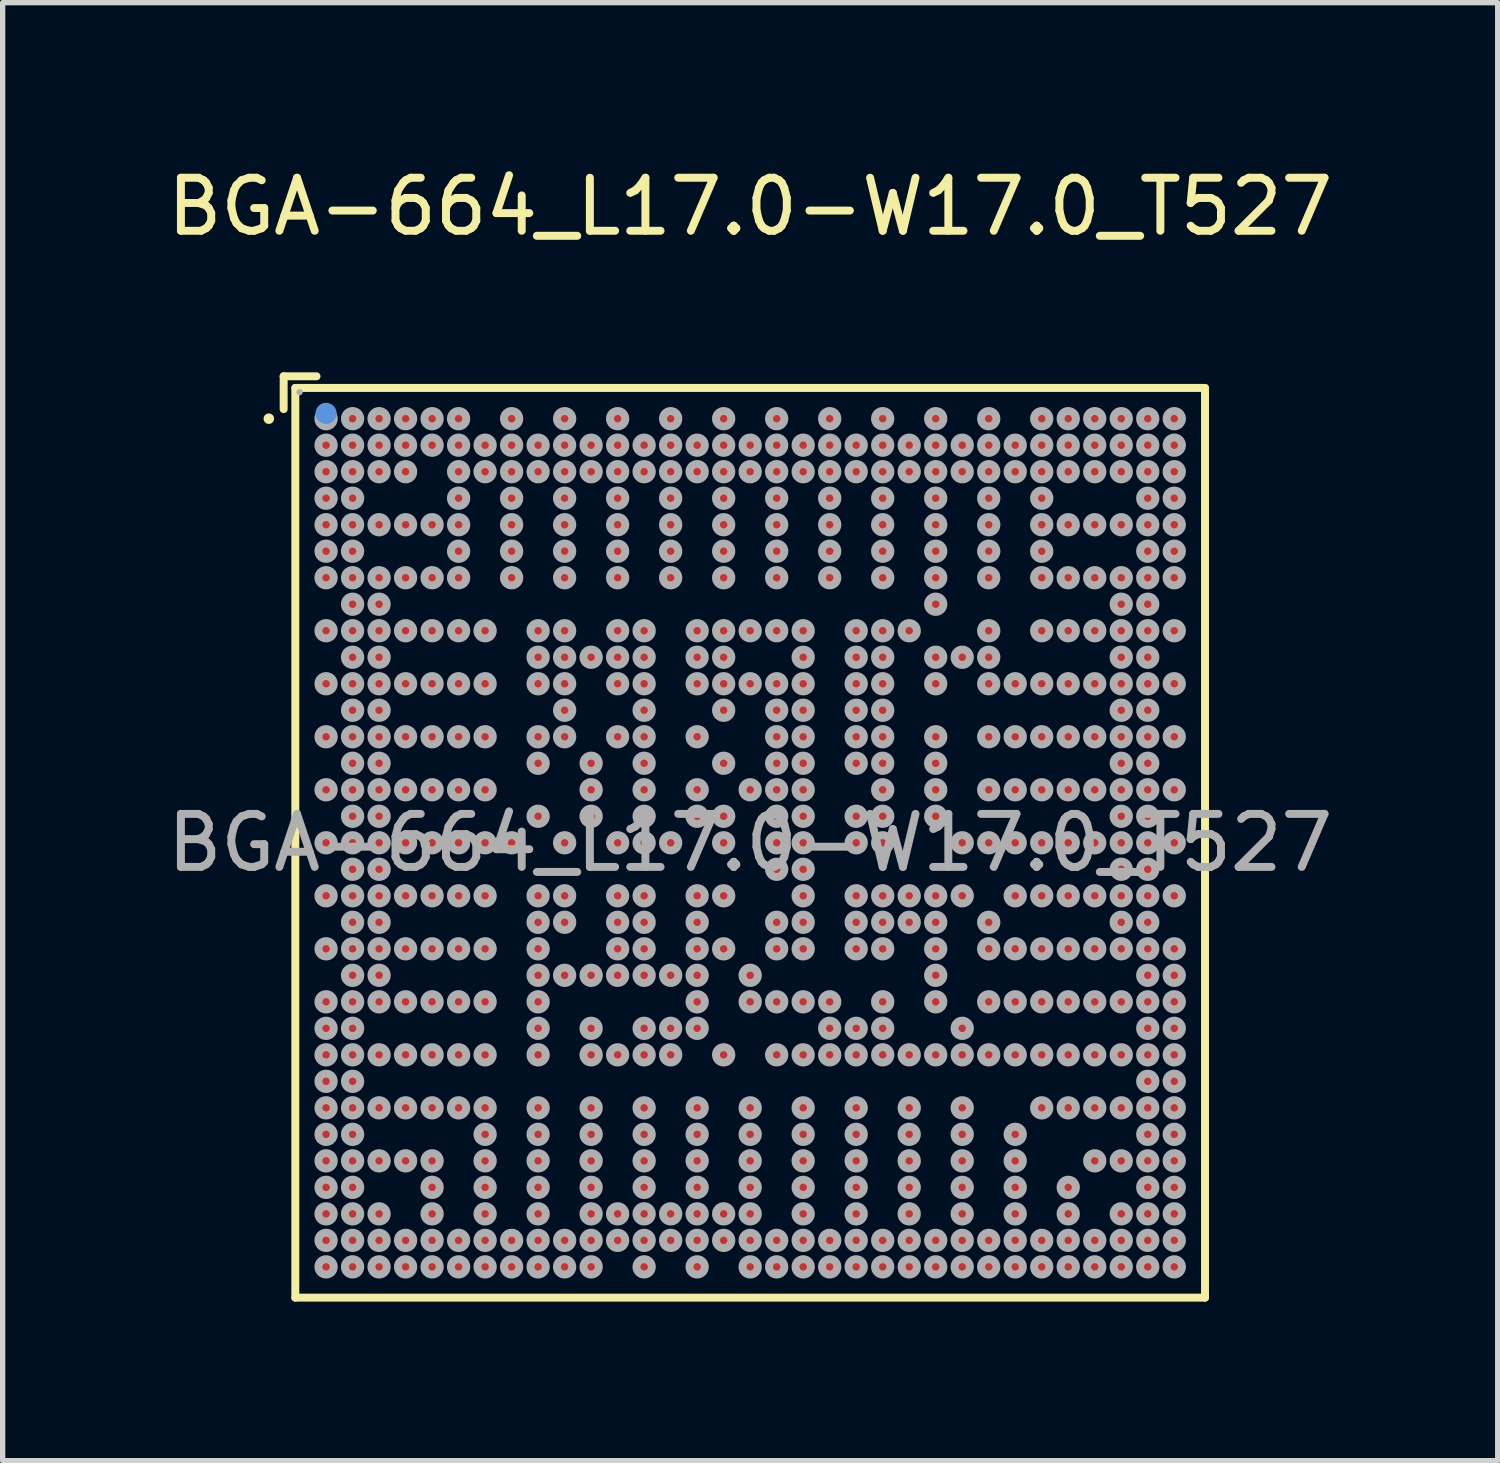
<source format=kicad_pcb>
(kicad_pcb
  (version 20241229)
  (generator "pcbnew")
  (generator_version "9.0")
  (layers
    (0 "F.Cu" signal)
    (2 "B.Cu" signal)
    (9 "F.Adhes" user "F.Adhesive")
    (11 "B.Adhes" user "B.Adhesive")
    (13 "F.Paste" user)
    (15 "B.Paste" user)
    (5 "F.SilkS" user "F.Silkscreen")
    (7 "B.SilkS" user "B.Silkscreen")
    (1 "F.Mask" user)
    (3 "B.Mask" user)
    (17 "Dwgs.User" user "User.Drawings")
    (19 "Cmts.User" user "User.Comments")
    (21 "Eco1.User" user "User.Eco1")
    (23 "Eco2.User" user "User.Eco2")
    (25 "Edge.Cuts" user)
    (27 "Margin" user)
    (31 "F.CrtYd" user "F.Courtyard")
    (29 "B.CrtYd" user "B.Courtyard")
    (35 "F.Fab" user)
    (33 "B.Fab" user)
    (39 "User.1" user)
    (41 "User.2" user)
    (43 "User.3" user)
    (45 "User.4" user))
  (footprint "BGA-664_L17.0-W17.0_T527"
    (layer "F.Cu")
    (at 11.101 12.848)
    (property "Reference" "BGA-664_L17.0-W17.0_T527" (at 0 -12 0) (layer "F.SilkS") (effects (font (size 1 1) (thickness 0.15))))
    (attr smd)
    (fp_line (start -8.8 -8.8) (end -8.18 -8.8) (stroke (width 0.15) (type solid)) (layer "F.SilkS"))
    (fp_line (start -8.8 -8.18) (end -8.8 -8.8) (stroke (width 0.15) (type solid)) (layer "F.SilkS"))
    (fp_line (start -8.58 -8.58) (end 8.58 -8.58) (stroke (width 0.15) (type solid)) (layer "F.SilkS"))
    (fp_line (start -8.58 8.58) (end -8.58 -8.58) (stroke (width 0.15) (type solid)) (layer "F.SilkS"))
    (fp_line (start 8.58 -8.58) (end 8.58 8.58) (stroke (width 0.15) (type solid)) (layer "F.SilkS"))
    (fp_line (start 8.58 8.58) (end -8.58 8.58) (stroke (width 0.15) (type solid)) (layer "F.SilkS"))
    (fp_circle (center -9.08 -8) (end -9.03 -8) (stroke (width 0.1) (type solid)) (fill no) (layer "F.SilkS"))
    (fp_circle (center -8 -8.1) (end -7.9 -8.1) (stroke (width 0.2) (type solid)) (fill no) (layer "Cmts.User"))
    (fp_circle (center -8.5 -8.5) (end -8.47 -8.5) (stroke (width 0.06) (type solid)) (fill no) (layer "F.Fab"))
    (fp_circle (center -8 -8) (end -7.93 -8) (stroke (width 0.15) (type solid)) (fill no) (layer "F.Fab"))
    (fp_circle (center -8 -7.5) (end -7.93 -7.5) (stroke (width 0.15) (type solid)) (fill no) (layer "F.Fab"))
    (fp_circle (center -8 -7) (end -7.93 -7) (stroke (width 0.15) (type solid)) (fill no) (layer "F.Fab"))
    (fp_circle (center -8 -6.5) (end -7.93 -6.5) (stroke (width 0.15) (type solid)) (fill no) (layer "F.Fab"))
    (fp_circle (center -8 -6) (end -7.93 -6) (stroke (width 0.15) (type solid)) (fill no) (layer "F.Fab"))
    (fp_circle (center -8 -5.5) (end -7.93 -5.5) (stroke (width 0.15) (type solid)) (fill no) (layer "F.Fab"))
    (fp_circle (center -8 -5) (end -7.93 -5) (stroke (width 0.15) (type solid)) (fill no) (layer "F.Fab"))
    (fp_circle (center -8 -4) (end -7.93 -4) (stroke (width 0.15) (type solid)) (fill no) (layer "F.Fab"))
    (fp_circle (center -8 -3) (end -7.93 -3) (stroke (width 0.15) (type solid)) (fill no) (layer "F.Fab"))
    (fp_circle (center -8 -2) (end -7.93 -2) (stroke (width 0.15) (type solid)) (fill no) (layer "F.Fab"))
    (fp_circle (center -8 -1) (end -7.93 -1) (stroke (width 0.15) (type solid)) (fill no) (layer "F.Fab"))
    (fp_circle (center -8 0) (end -7.93 0) (stroke (width 0.15) (type solid)) (fill no) (layer "F.Fab"))
    (fp_circle (center -8 1) (end -7.93 1) (stroke (width 0.15) (type solid)) (fill no) (layer "F.Fab"))
    (fp_circle (center -8 2) (end -7.93 2) (stroke (width 0.15) (type solid)) (fill no) (layer "F.Fab"))
    (fp_circle (center -8 3) (end -7.93 3) (stroke (width 0.15) (type solid)) (fill no) (layer "F.Fab"))
    (fp_circle (center -8 3.5) (end -7.93 3.5) (stroke (width 0.15) (type solid)) (fill no) (layer "F.Fab"))
    (fp_circle (center -8 4) (end -7.93 4) (stroke (width 0.15) (type solid)) (fill no) (layer "F.Fab"))
    (fp_circle (center -8 4.5) (end -7.93 4.5) (stroke (width 0.15) (type solid)) (fill no) (layer "F.Fab"))
    (fp_circle (center -8 5) (end -7.93 5) (stroke (width 0.15) (type solid)) (fill no) (layer "F.Fab"))
    (fp_circle (center -8 5.5) (end -7.93 5.5) (stroke (width 0.15) (type solid)) (fill no) (layer "F.Fab"))
    (fp_circle (center -8 6) (end -7.93 6) (stroke (width 0.15) (type solid)) (fill no) (layer "F.Fab"))
    (fp_circle (center -8 6.5) (end -7.93 6.5) (stroke (width 0.15) (type solid)) (fill no) (layer "F.Fab"))
    (fp_circle (center -8 7) (end -7.93 7) (stroke (width 0.15) (type solid)) (fill no) (layer "F.Fab"))
    (fp_circle (center -8 7.5) (end -7.93 7.5) (stroke (width 0.15) (type solid)) (fill no) (layer "F.Fab"))
    (fp_circle (center -8 8) (end -7.93 8) (stroke (width 0.15) (type solid)) (fill no) (layer "F.Fab"))
    (fp_circle (center -7.5 -8) (end -7.43 -8) (stroke (width 0.15) (type solid)) (fill no) (layer "F.Fab"))
    (fp_circle (center -7.5 -7.5) (end -7.43 -7.5) (stroke (width 0.15) (type solid)) (fill no) (layer "F.Fab"))
    (fp_circle (center -7.5 -7) (end -7.43 -7) (stroke (width 0.15) (type solid)) (fill no) (layer "F.Fab"))
    (fp_circle (center -7.5 -6.5) (end -7.43 -6.5) (stroke (width 0.15) (type solid)) (fill no) (layer "F.Fab"))
    (fp_circle (center -7.5 -6) (end -7.43 -6) (stroke (width 0.15) (type solid)) (fill no) (layer "F.Fab"))
    (fp_circle (center -7.5 -5.5) (end -7.43 -5.5) (stroke (width 0.15) (type solid)) (fill no) (layer "F.Fab"))
    (fp_circle (center -7.5 -5) (end -7.43 -5) (stroke (width 0.15) (type solid)) (fill no) (layer "F.Fab"))
    (fp_circle (center -7.5 -4.5) (end -7.43 -4.5) (stroke (width 0.15) (type solid)) (fill no) (layer "F.Fab"))
    (fp_circle (center -7.5 -4) (end -7.43 -4) (stroke (width 0.15) (type solid)) (fill no) (layer "F.Fab"))
    (fp_circle (center -7.5 -3.5) (end -7.43 -3.5) (stroke (width 0.15) (type solid)) (fill no) (layer "F.Fab"))
    (fp_circle (center -7.5 -3) (end -7.43 -3) (stroke (width 0.15) (type solid)) (fill no) (layer "F.Fab"))
    (fp_circle (center -7.5 -2.5) (end -7.43 -2.5) (stroke (width 0.15) (type solid)) (fill no) (layer "F.Fab"))
    (fp_circle (center -7.5 -2) (end -7.43 -2) (stroke (width 0.15) (type solid)) (fill no) (layer "F.Fab"))
    (fp_circle (center -7.5 -1.5) (end -7.43 -1.5) (stroke (width 0.15) (type solid)) (fill no) (layer "F.Fab"))
    (fp_circle (center -7.5 -1) (end -7.43 -1) (stroke (width 0.15) (type solid)) (fill no) (layer "F.Fab"))
    (fp_circle (center -7.5 -0.5) (end -7.43 -0.5) (stroke (width 0.15) (type solid)) (fill no) (layer "F.Fab"))
    (fp_circle (center -7.5 0) (end -7.43 0) (stroke (width 0.15) (type solid)) (fill no) (layer "F.Fab"))
    (fp_circle (center -7.5 0.5) (end -7.43 0.5) (stroke (width 0.15) (type solid)) (fill no) (layer "F.Fab"))
    (fp_circle (center -7.5 1) (end -7.43 1) (stroke (width 0.15) (type solid)) (fill no) (layer "F.Fab"))
    (fp_circle (center -7.5 1.5) (end -7.43 1.5) (stroke (width 0.15) (type solid)) (fill no) (layer "F.Fab"))
    (fp_circle (center -7.5 2) (end -7.43 2) (stroke (width 0.15) (type solid)) (fill no) (layer "F.Fab"))
    (fp_circle (center -7.5 2.5) (end -7.43 2.5) (stroke (width 0.15) (type solid)) (fill no) (layer "F.Fab"))
    (fp_circle (center -7.5 3) (end -7.43 3) (stroke (width 0.15) (type solid)) (fill no) (layer "F.Fab"))
    (fp_circle (center -7.5 3.5) (end -7.43 3.5) (stroke (width 0.15) (type solid)) (fill no) (layer "F.Fab"))
    (fp_circle (center -7.5 4) (end -7.43 4) (stroke (width 0.15) (type solid)) (fill no) (layer "F.Fab"))
    (fp_circle (center -7.5 4.5) (end -7.43 4.5) (stroke (width 0.15) (type solid)) (fill no) (layer "F.Fab"))
    (fp_circle (center -7.5 5) (end -7.43 5) (stroke (width 0.15) (type solid)) (fill no) (layer "F.Fab"))
    (fp_circle (center -7.5 5.5) (end -7.43 5.5) (stroke (width 0.15) (type solid)) (fill no) (layer "F.Fab"))
    (fp_circle (center -7.5 6) (end -7.43 6) (stroke (width 0.15) (type solid)) (fill no) (layer "F.Fab"))
    (fp_circle (center -7.5 6.5) (end -7.43 6.5) (stroke (width 0.15) (type solid)) (fill no) (layer "F.Fab"))
    (fp_circle (center -7.5 7) (end -7.43 7) (stroke (width 0.15) (type solid)) (fill no) (layer "F.Fab"))
    (fp_circle (center -7.5 7.5) (end -7.43 7.5) (stroke (width 0.15) (type solid)) (fill no) (layer "F.Fab"))
    (fp_circle (center -7.5 8) (end -7.43 8) (stroke (width 0.15) (type solid)) (fill no) (layer "F.Fab"))
    (fp_circle (center -7 -8) (end -6.93 -8) (stroke (width 0.15) (type solid)) (fill no) (layer "F.Fab"))
    (fp_circle (center -7 -7.5) (end -6.93 -7.5) (stroke (width 0.15) (type solid)) (fill no) (layer "F.Fab"))
    (fp_circle (center -7 -7) (end -6.93 -7) (stroke (width 0.15) (type solid)) (fill no) (layer "F.Fab"))
    (fp_circle (center -7 -6) (end -6.93 -6) (stroke (width 0.15) (type solid)) (fill no) (layer "F.Fab"))
    (fp_circle (center -7 -5) (end -6.93 -5) (stroke (width 0.15) (type solid)) (fill no) (layer "F.Fab"))
    (fp_circle (center -7 -4.5) (end -6.93 -4.5) (stroke (width 0.15) (type solid)) (fill no) (layer "F.Fab"))
    (fp_circle (center -7 -4) (end -6.93 -4) (stroke (width 0.15) (type solid)) (fill no) (layer "F.Fab"))
    (fp_circle (center -7 -3.5) (end -6.93 -3.5) (stroke (width 0.15) (type solid)) (fill no) (layer "F.Fab"))
    (fp_circle (center -7 -3) (end -6.93 -3) (stroke (width 0.15) (type solid)) (fill no) (layer "F.Fab"))
    (fp_circle (center -7 -2.5) (end -6.93 -2.5) (stroke (width 0.15) (type solid)) (fill no) (layer "F.Fab"))
    (fp_circle (center -7 -2) (end -6.93 -2) (stroke (width 0.15) (type solid)) (fill no) (layer "F.Fab"))
    (fp_circle (center -7 -1.5) (end -6.93 -1.5) (stroke (width 0.15) (type solid)) (fill no) (layer "F.Fab"))
    (fp_circle (center -7 -1) (end -6.93 -1) (stroke (width 0.15) (type solid)) (fill no) (layer "F.Fab"))
    (fp_circle (center -7 -0.5) (end -6.93 -0.5) (stroke (width 0.15) (type solid)) (fill no) (layer "F.Fab"))
    (fp_circle (center -7 0) (end -6.93 0) (stroke (width 0.15) (type solid)) (fill no) (layer "F.Fab"))
    (fp_circle (center -7 0.5) (end -6.93 0.5) (stroke (width 0.15) (type solid)) (fill no) (layer "F.Fab"))
    (fp_circle (center -7 1) (end -6.93 1) (stroke (width 0.15) (type solid)) (fill no) (layer "F.Fab"))
    (fp_circle (center -7 1.5) (end -6.93 1.5) (stroke (width 0.15) (type solid)) (fill no) (layer "F.Fab"))
    (fp_circle (center -7 2) (end -6.93 2) (stroke (width 0.15) (type solid)) (fill no) (layer "F.Fab"))
    (fp_circle (center -7 2.5) (end -6.93 2.5) (stroke (width 0.15) (type solid)) (fill no) (layer "F.Fab"))
    (fp_circle (center -7 3) (end -6.93 3) (stroke (width 0.15) (type solid)) (fill no) (layer "F.Fab"))
    (fp_circle (center -7 4) (end -6.93 4) (stroke (width 0.15) (type solid)) (fill no) (layer "F.Fab"))
    (fp_circle (center -7 5) (end -6.93 5) (stroke (width 0.15) (type solid)) (fill no) (layer "F.Fab"))
    (fp_circle (center -7 6) (end -6.93 6) (stroke (width 0.15) (type solid)) (fill no) (layer "F.Fab"))
    (fp_circle (center -7 7) (end -6.93 7) (stroke (width 0.15) (type solid)) (fill no) (layer "F.Fab"))
    (fp_circle (center -7 7.5) (end -6.93 7.5) (stroke (width 0.15) (type solid)) (fill no) (layer "F.Fab"))
    (fp_circle (center -7 8) (end -6.93 8) (stroke (width 0.15) (type solid)) (fill no) (layer "F.Fab"))
    (fp_circle (center -6.5 -8) (end -6.43 -8) (stroke (width 0.15) (type solid)) (fill no) (layer "F.Fab"))
    (fp_circle (center -6.5 -7.5) (end -6.43 -7.5) (stroke (width 0.15) (type solid)) (fill no) (layer "F.Fab"))
    (fp_circle (center -6.5 -7) (end -6.43 -7) (stroke (width 0.15) (type solid)) (fill no) (layer "F.Fab"))
    (fp_circle (center -6.5 -6) (end -6.43 -6) (stroke (width 0.15) (type solid)) (fill no) (layer "F.Fab"))
    (fp_circle (center -6.5 -5) (end -6.43 -5) (stroke (width 0.15) (type solid)) (fill no) (layer "F.Fab"))
    (fp_circle (center -6.5 -4) (end -6.43 -4) (stroke (width 0.15) (type solid)) (fill no) (layer "F.Fab"))
    (fp_circle (center -6.5 -3) (end -6.43 -3) (stroke (width 0.15) (type solid)) (fill no) (layer "F.Fab"))
    (fp_circle (center -6.5 -2) (end -6.43 -2) (stroke (width 0.15) (type solid)) (fill no) (layer "F.Fab"))
    (fp_circle (center -6.5 -1) (end -6.43 -1) (stroke (width 0.15) (type solid)) (fill no) (layer "F.Fab"))
    (fp_circle (center -6.5 0) (end -6.43 0) (stroke (width 0.15) (type solid)) (fill no) (layer "F.Fab"))
    (fp_circle (center -6.5 1) (end -6.43 1) (stroke (width 0.15) (type solid)) (fill no) (layer "F.Fab"))
    (fp_circle (center -6.5 2) (end -6.43 2) (stroke (width 0.15) (type solid)) (fill no) (layer "F.Fab"))
    (fp_circle (center -6.5 3) (end -6.43 3) (stroke (width 0.15) (type solid)) (fill no) (layer "F.Fab"))
    (fp_circle (center -6.5 4) (end -6.43 4) (stroke (width 0.15) (type solid)) (fill no) (layer "F.Fab"))
    (fp_circle (center -6.5 5) (end -6.43 5) (stroke (width 0.15) (type solid)) (fill no) (layer "F.Fab"))
    (fp_circle (center -6.5 6) (end -6.43 6) (stroke (width 0.15) (type solid)) (fill no) (layer "F.Fab"))
    (fp_circle (center -6.5 7.5) (end -6.43 7.5) (stroke (width 0.15) (type solid)) (fill no) (layer "F.Fab"))
    (fp_circle (center -6.5 8) (end -6.43 8) (stroke (width 0.15) (type solid)) (fill no) (layer "F.Fab"))
    (fp_circle (center -6 -8) (end -5.93 -8) (stroke (width 0.15) (type solid)) (fill no) (layer "F.Fab"))
    (fp_circle (center -6 -7.5) (end -5.93 -7.5) (stroke (width 0.15) (type solid)) (fill no) (layer "F.Fab"))
    (fp_circle (center -6 -6) (end -5.93 -6) (stroke (width 0.15) (type solid)) (fill no) (layer "F.Fab"))
    (fp_circle (center -6 -5) (end -5.93 -5) (stroke (width 0.15) (type solid)) (fill no) (layer "F.Fab"))
    (fp_circle (center -6 -4) (end -5.93 -4) (stroke (width 0.15) (type solid)) (fill no) (layer "F.Fab"))
    (fp_circle (center -6 -3) (end -5.93 -3) (stroke (width 0.15) (type solid)) (fill no) (layer "F.Fab"))
    (fp_circle (center -6 -2) (end -5.93 -2) (stroke (width 0.15) (type solid)) (fill no) (layer "F.Fab"))
    (fp_circle (center -6 -1) (end -5.93 -1) (stroke (width 0.15) (type solid)) (fill no) (layer "F.Fab"))
    (fp_circle (center -6 0) (end -5.93 0) (stroke (width 0.15) (type solid)) (fill no) (layer "F.Fab"))
    (fp_circle (center -6 1) (end -5.93 1) (stroke (width 0.15) (type solid)) (fill no) (layer "F.Fab"))
    (fp_circle (center -6 2) (end -5.93 2) (stroke (width 0.15) (type solid)) (fill no) (layer "F.Fab"))
    (fp_circle (center -6 3) (end -5.93 3) (stroke (width 0.15) (type solid)) (fill no) (layer "F.Fab"))
    (fp_circle (center -6 4) (end -5.93 4) (stroke (width 0.15) (type solid)) (fill no) (layer "F.Fab"))
    (fp_circle (center -6 5) (end -5.93 5) (stroke (width 0.15) (type solid)) (fill no) (layer "F.Fab"))
    (fp_circle (center -6 6) (end -5.93 6) (stroke (width 0.15) (type solid)) (fill no) (layer "F.Fab"))
    (fp_circle (center -6 6.5) (end -5.93 6.5) (stroke (width 0.15) (type solid)) (fill no) (layer "F.Fab"))
    (fp_circle (center -6 7) (end -5.93 7) (stroke (width 0.15) (type solid)) (fill no) (layer "F.Fab"))
    (fp_circle (center -6 7.5) (end -5.93 7.5) (stroke (width 0.15) (type solid)) (fill no) (layer "F.Fab"))
    (fp_circle (center -6 8) (end -5.93 8) (stroke (width 0.15) (type solid)) (fill no) (layer "F.Fab"))
    (fp_circle (center -5.5 -8) (end -5.43 -8) (stroke (width 0.15) (type solid)) (fill no) (layer "F.Fab"))
    (fp_circle (center -5.5 -7.5) (end -5.43 -7.5) (stroke (width 0.15) (type solid)) (fill no) (layer "F.Fab"))
    (fp_circle (center -5.5 -7) (end -5.43 -7) (stroke (width 0.15) (type solid)) (fill no) (layer "F.Fab"))
    (fp_circle (center -5.5 -6.5) (end -5.43 -6.5) (stroke (width 0.15) (type solid)) (fill no) (layer "F.Fab"))
    (fp_circle (center -5.5 -6) (end -5.43 -6) (stroke (width 0.15) (type solid)) (fill no) (layer "F.Fab"))
    (fp_circle (center -5.5 -5.5) (end -5.43 -5.5) (stroke (width 0.15) (type solid)) (fill no) (layer "F.Fab"))
    (fp_circle (center -5.5 -5) (end -5.43 -5) (stroke (width 0.15) (type solid)) (fill no) (layer "F.Fab"))
    (fp_circle (center -5.5 -4) (end -5.43 -4) (stroke (width 0.15) (type solid)) (fill no) (layer "F.Fab"))
    (fp_circle (center -5.5 -3) (end -5.43 -3) (stroke (width 0.15) (type solid)) (fill no) (layer "F.Fab"))
    (fp_circle (center -5.5 -2) (end -5.43 -2) (stroke (width 0.15) (type solid)) (fill no) (layer "F.Fab"))
    (fp_circle (center -5.5 -1) (end -5.43 -1) (stroke (width 0.15) (type solid)) (fill no) (layer "F.Fab"))
    (fp_circle (center -5.5 0) (end -5.43 0) (stroke (width 0.15) (type solid)) (fill no) (layer "F.Fab"))
    (fp_circle (center -5.5 1) (end -5.43 1) (stroke (width 0.15) (type solid)) (fill no) (layer "F.Fab"))
    (fp_circle (center -5.5 2) (end -5.43 2) (stroke (width 0.15) (type solid)) (fill no) (layer "F.Fab"))
    (fp_circle (center -5.5 3) (end -5.43 3) (stroke (width 0.15) (type solid)) (fill no) (layer "F.Fab"))
    (fp_circle (center -5.5 4) (end -5.43 4) (stroke (width 0.15) (type solid)) (fill no) (layer "F.Fab"))
    (fp_circle (center -5.5 5) (end -5.43 5) (stroke (width 0.15) (type solid)) (fill no) (layer "F.Fab"))
    (fp_circle (center -5.5 7.5) (end -5.43 7.5) (stroke (width 0.15) (type solid)) (fill no) (layer "F.Fab"))
    (fp_circle (center -5.5 8) (end -5.43 8) (stroke (width 0.15) (type solid)) (fill no) (layer "F.Fab"))
    (fp_circle (center -5 -7.5) (end -4.93 -7.5) (stroke (width 0.15) (type solid)) (fill no) (layer "F.Fab"))
    (fp_circle (center -5 -7) (end -4.93 -7) (stroke (width 0.15) (type solid)) (fill no) (layer "F.Fab"))
    (fp_circle (center -5 -4) (end -4.93 -4) (stroke (width 0.15) (type solid)) (fill no) (layer "F.Fab"))
    (fp_circle (center -5 -3) (end -4.93 -3) (stroke (width 0.15) (type solid)) (fill no) (layer "F.Fab"))
    (fp_circle (center -5 -2) (end -4.93 -2) (stroke (width 0.15) (type solid)) (fill no) (layer "F.Fab"))
    (fp_circle (center -5 -1) (end -4.93 -1) (stroke (width 0.15) (type solid)) (fill no) (layer "F.Fab"))
    (fp_circle (center -5 0) (end -4.93 0) (stroke (width 0.15) (type solid)) (fill no) (layer "F.Fab"))
    (fp_circle (center -5 1) (end -4.93 1) (stroke (width 0.15) (type solid)) (fill no) (layer "F.Fab"))
    (fp_circle (center -5 2) (end -4.93 2) (stroke (width 0.15) (type solid)) (fill no) (layer "F.Fab"))
    (fp_circle (center -5 3) (end -4.93 3) (stroke (width 0.15) (type solid)) (fill no) (layer "F.Fab"))
    (fp_circle (center -5 4) (end -4.93 4) (stroke (width 0.15) (type solid)) (fill no) (layer "F.Fab"))
    (fp_circle (center -5 5) (end -4.93 5) (stroke (width 0.15) (type solid)) (fill no) (layer "F.Fab"))
    (fp_circle (center -5 5.5) (end -4.93 5.5) (stroke (width 0.15) (type solid)) (fill no) (layer "F.Fab"))
    (fp_circle (center -5 6) (end -4.93 6) (stroke (width 0.15) (type solid)) (fill no) (layer "F.Fab"))
    (fp_circle (center -5 6.5) (end -4.93 6.5) (stroke (width 0.15) (type solid)) (fill no) (layer "F.Fab"))
    (fp_circle (center -5 7) (end -4.93 7) (stroke (width 0.15) (type solid)) (fill no) (layer "F.Fab"))
    (fp_circle (center -5 7.5) (end -4.93 7.5) (stroke (width 0.15) (type solid)) (fill no) (layer "F.Fab"))
    (fp_circle (center -5 8) (end -4.93 8) (stroke (width 0.15) (type solid)) (fill no) (layer "F.Fab"))
    (fp_circle (center -4.5 -8) (end -4.43 -8) (stroke (width 0.15) (type solid)) (fill no) (layer "F.Fab"))
    (fp_circle (center -4.5 -7.5) (end -4.43 -7.5) (stroke (width 0.15) (type solid)) (fill no) (layer "F.Fab"))
    (fp_circle (center -4.5 -7) (end -4.43 -7) (stroke (width 0.15) (type solid)) (fill no) (layer "F.Fab"))
    (fp_circle (center -4.5 -6.5) (end -4.43 -6.5) (stroke (width 0.15) (type solid)) (fill no) (layer "F.Fab"))
    (fp_circle (center -4.5 -6) (end -4.43 -6) (stroke (width 0.15) (type solid)) (fill no) (layer "F.Fab"))
    (fp_circle (center -4.5 -5.5) (end -4.43 -5.5) (stroke (width 0.15) (type solid)) (fill no) (layer "F.Fab"))
    (fp_circle (center -4.5 -5) (end -4.43 -5) (stroke (width 0.15) (type solid)) (fill no) (layer "F.Fab"))
    (fp_circle (center -4.5 0) (end -4.43 0) (stroke (width 0.15) (type solid)) (fill no) (layer "F.Fab"))
    (fp_circle (center -4.5 7.5) (end -4.43 7.5) (stroke (width 0.15) (type solid)) (fill no) (layer "F.Fab"))
    (fp_circle (center -4.5 8) (end -4.43 8) (stroke (width 0.15) (type solid)) (fill no) (layer "F.Fab"))
    (fp_circle (center -4 -7.5) (end -3.93 -7.5) (stroke (width 0.15) (type solid)) (fill no) (layer "F.Fab"))
    (fp_circle (center -4 -7) (end -3.93 -7) (stroke (width 0.15) (type solid)) (fill no) (layer "F.Fab"))
    (fp_circle (center -4 -4) (end -3.93 -4) (stroke (width 0.15) (type solid)) (fill no) (layer "F.Fab"))
    (fp_circle (center -4 -3.5) (end -3.93 -3.5) (stroke (width 0.15) (type solid)) (fill no) (layer "F.Fab"))
    (fp_circle (center -4 -3) (end -3.93 -3) (stroke (width 0.15) (type solid)) (fill no) (layer "F.Fab"))
    (fp_circle (center -4 -2) (end -3.93 -2) (stroke (width 0.15) (type solid)) (fill no) (layer "F.Fab"))
    (fp_circle (center -4 -1.5) (end -3.93 -1.5) (stroke (width 0.15) (type solid)) (fill no) (layer "F.Fab"))
    (fp_circle (center -4 -0.5) (end -3.93 -0.5) (stroke (width 0.15) (type solid)) (fill no) (layer "F.Fab"))
    (fp_circle (center -4 1) (end -3.93 1) (stroke (width 0.15) (type solid)) (fill no) (layer "F.Fab"))
    (fp_circle (center -4 1.5) (end -3.93 1.5) (stroke (width 0.15) (type solid)) (fill no) (layer "F.Fab"))
    (fp_circle (center -4 2) (end -3.93 2) (stroke (width 0.15) (type solid)) (fill no) (layer "F.Fab"))
    (fp_circle (center -4 2.5) (end -3.93 2.5) (stroke (width 0.15) (type solid)) (fill no) (layer "F.Fab"))
    (fp_circle (center -4 3) (end -3.93 3) (stroke (width 0.15) (type solid)) (fill no) (layer "F.Fab"))
    (fp_circle (center -4 3.5) (end -3.93 3.5) (stroke (width 0.15) (type solid)) (fill no) (layer "F.Fab"))
    (fp_circle (center -4 4) (end -3.93 4) (stroke (width 0.15) (type solid)) (fill no) (layer "F.Fab"))
    (fp_circle (center -4 5) (end -3.93 5) (stroke (width 0.15) (type solid)) (fill no) (layer "F.Fab"))
    (fp_circle (center -4 5.5) (end -3.93 5.5) (stroke (width 0.15) (type solid)) (fill no) (layer "F.Fab"))
    (fp_circle (center -4 6) (end -3.93 6) (stroke (width 0.15) (type solid)) (fill no) (layer "F.Fab"))
    (fp_circle (center -4 6.5) (end -3.93 6.5) (stroke (width 0.15) (type solid)) (fill no) (layer "F.Fab"))
    (fp_circle (center -4 7) (end -3.93 7) (stroke (width 0.15) (type solid)) (fill no) (layer "F.Fab"))
    (fp_circle (center -4 7.5) (end -3.93 7.5) (stroke (width 0.15) (type solid)) (fill no) (layer "F.Fab"))
    (fp_circle (center -4 8) (end -3.93 8) (stroke (width 0.15) (type solid)) (fill no) (layer "F.Fab"))
    (fp_circle (center -3.5 -8) (end -3.43 -8) (stroke (width 0.15) (type solid)) (fill no) (layer "F.Fab"))
    (fp_circle (center -3.5 -7.5) (end -3.43 -7.5) (stroke (width 0.15) (type solid)) (fill no) (layer "F.Fab"))
    (fp_circle (center -3.5 -7) (end -3.43 -7) (stroke (width 0.15) (type solid)) (fill no) (layer "F.Fab"))
    (fp_circle (center -3.5 -6.5) (end -3.43 -6.5) (stroke (width 0.15) (type solid)) (fill no) (layer "F.Fab"))
    (fp_circle (center -3.5 -6) (end -3.43 -6) (stroke (width 0.15) (type solid)) (fill no) (layer "F.Fab"))
    (fp_circle (center -3.5 -5.5) (end -3.43 -5.5) (stroke (width 0.15) (type solid)) (fill no) (layer "F.Fab"))
    (fp_circle (center -3.5 -5) (end -3.43 -5) (stroke (width 0.15) (type solid)) (fill no) (layer "F.Fab"))
    (fp_circle (center -3.5 -4) (end -3.43 -4) (stroke (width 0.15) (type solid)) (fill no) (layer "F.Fab"))
    (fp_circle (center -3.5 -3.5) (end -3.43 -3.5) (stroke (width 0.15) (type solid)) (fill no) (layer "F.Fab"))
    (fp_circle (center -3.5 -3) (end -3.43 -3) (stroke (width 0.15) (type solid)) (fill no) (layer "F.Fab"))
    (fp_circle (center -3.5 -2.5) (end -3.43 -2.5) (stroke (width 0.15) (type solid)) (fill no) (layer "F.Fab"))
    (fp_circle (center -3.5 -2) (end -3.43 -2) (stroke (width 0.15) (type solid)) (fill no) (layer "F.Fab"))
    (fp_circle (center -3.5 0) (end -3.43 0) (stroke (width 0.15) (type solid)) (fill no) (layer "F.Fab"))
    (fp_circle (center -3.5 1) (end -3.43 1) (stroke (width 0.15) (type solid)) (fill no) (layer "F.Fab"))
    (fp_circle (center -3.5 1.5) (end -3.43 1.5) (stroke (width 0.15) (type solid)) (fill no) (layer "F.Fab"))
    (fp_circle (center -3.5 2.5) (end -3.43 2.5) (stroke (width 0.15) (type solid)) (fill no) (layer "F.Fab"))
    (fp_circle (center -3.5 7.5) (end -3.43 7.5) (stroke (width 0.15) (type solid)) (fill no) (layer "F.Fab"))
    (fp_circle (center -3.5 8) (end -3.43 8) (stroke (width 0.15) (type solid)) (fill no) (layer "F.Fab"))
    (fp_circle (center -3 -7.5) (end -2.93 -7.5) (stroke (width 0.15) (type solid)) (fill no) (layer "F.Fab"))
    (fp_circle (center -3 -7) (end -2.93 -7) (stroke (width 0.15) (type solid)) (fill no) (layer "F.Fab"))
    (fp_circle (center -3 -3.5) (end -2.93 -3.5) (stroke (width 0.15) (type solid)) (fill no) (layer "F.Fab"))
    (fp_circle (center -3 -1.5) (end -2.93 -1.5) (stroke (width 0.15) (type solid)) (fill no) (layer "F.Fab"))
    (fp_circle (center -3 -1) (end -2.93 -1) (stroke (width 0.15) (type solid)) (fill no) (layer "F.Fab"))
    (fp_circle (center -3 -0.5) (end -2.93 -0.5) (stroke (width 0.15) (type solid)) (fill no) (layer "F.Fab"))
    (fp_circle (center -3 2.5) (end -2.93 2.5) (stroke (width 0.15) (type solid)) (fill no) (layer "F.Fab"))
    (fp_circle (center -3 3.5) (end -2.93 3.5) (stroke (width 0.15) (type solid)) (fill no) (layer "F.Fab"))
    (fp_circle (center -3 4) (end -2.93 4) (stroke (width 0.15) (type solid)) (fill no) (layer "F.Fab"))
    (fp_circle (center -3 5) (end -2.93 5) (stroke (width 0.15) (type solid)) (fill no) (layer "F.Fab"))
    (fp_circle (center -3 5.5) (end -2.93 5.5) (stroke (width 0.15) (type solid)) (fill no) (layer "F.Fab"))
    (fp_circle (center -3 6) (end -2.93 6) (stroke (width 0.15) (type solid)) (fill no) (layer "F.Fab"))
    (fp_circle (center -3 6.5) (end -2.93 6.5) (stroke (width 0.15) (type solid)) (fill no) (layer "F.Fab"))
    (fp_circle (center -3 7) (end -2.93 7) (stroke (width 0.15) (type solid)) (fill no) (layer "F.Fab"))
    (fp_circle (center -3 7.5) (end -2.93 7.5) (stroke (width 0.15) (type solid)) (fill no) (layer "F.Fab"))
    (fp_circle (center -3 8) (end -2.93 8) (stroke (width 0.15) (type solid)) (fill no) (layer "F.Fab"))
    (fp_circle (center -2.5 -8) (end -2.43 -8) (stroke (width 0.15) (type solid)) (fill no) (layer "F.Fab"))
    (fp_circle (center -2.5 -7.5) (end -2.43 -7.5) (stroke (width 0.15) (type solid)) (fill no) (layer "F.Fab"))
    (fp_circle (center -2.5 -7) (end -2.43 -7) (stroke (width 0.15) (type solid)) (fill no) (layer "F.Fab"))
    (fp_circle (center -2.5 -6.5) (end -2.43 -6.5) (stroke (width 0.15) (type solid)) (fill no) (layer "F.Fab"))
    (fp_circle (center -2.5 -6) (end -2.43 -6) (stroke (width 0.15) (type solid)) (fill no) (layer "F.Fab"))
    (fp_circle (center -2.5 -5.5) (end -2.43 -5.5) (stroke (width 0.15) (type solid)) (fill no) (layer "F.Fab"))
    (fp_circle (center -2.5 -5) (end -2.43 -5) (stroke (width 0.15) (type solid)) (fill no) (layer "F.Fab"))
    (fp_circle (center -2.5 -4) (end -2.43 -4) (stroke (width 0.15) (type solid)) (fill no) (layer "F.Fab"))
    (fp_circle (center -2.5 -3.5) (end -2.43 -3.5) (stroke (width 0.15) (type solid)) (fill no) (layer "F.Fab"))
    (fp_circle (center -2.5 -3) (end -2.43 -3) (stroke (width 0.15) (type solid)) (fill no) (layer "F.Fab"))
    (fp_circle (center -2.5 -2) (end -2.43 -2) (stroke (width 0.15) (type solid)) (fill no) (layer "F.Fab"))
    (fp_circle (center -2.5 0) (end -2.43 0) (stroke (width 0.15) (type solid)) (fill no) (layer "F.Fab"))
    (fp_circle (center -2.5 1) (end -2.43 1) (stroke (width 0.15) (type solid)) (fill no) (layer "F.Fab"))
    (fp_circle (center -2.5 1.5) (end -2.43 1.5) (stroke (width 0.15) (type solid)) (fill no) (layer "F.Fab"))
    (fp_circle (center -2.5 2) (end -2.43 2) (stroke (width 0.15) (type solid)) (fill no) (layer "F.Fab"))
    (fp_circle (center -2.5 2.5) (end -2.43 2.5) (stroke (width 0.15) (type solid)) (fill no) (layer "F.Fab"))
    (fp_circle (center -2.5 4) (end -2.43 4) (stroke (width 0.15) (type solid)) (fill no) (layer "F.Fab"))
    (fp_circle (center -2.5 7) (end -2.43 7) (stroke (width 0.15) (type solid)) (fill no) (layer "F.Fab"))
    (fp_circle (center -2.5 7.5) (end -2.43 7.5) (stroke (width 0.15) (type solid)) (fill no) (layer "F.Fab"))
    (fp_circle (center -2 -7.5) (end -1.93 -7.5) (stroke (width 0.15) (type solid)) (fill no) (layer "F.Fab"))
    (fp_circle (center -2 -7) (end -1.93 -7) (stroke (width 0.15) (type solid)) (fill no) (layer "F.Fab"))
    (fp_circle (center -2 -4) (end -1.93 -4) (stroke (width 0.15) (type solid)) (fill no) (layer "F.Fab"))
    (fp_circle (center -2 -3.5) (end -1.93 -3.5) (stroke (width 0.15) (type solid)) (fill no) (layer "F.Fab"))
    (fp_circle (center -2 -3) (end -1.93 -3) (stroke (width 0.15) (type solid)) (fill no) (layer "F.Fab"))
    (fp_circle (center -2 -2.5) (end -1.93 -2.5) (stroke (width 0.15) (type solid)) (fill no) (layer "F.Fab"))
    (fp_circle (center -2 -2) (end -1.93 -2) (stroke (width 0.15) (type solid)) (fill no) (layer "F.Fab"))
    (fp_circle (center -2 -1.5) (end -1.93 -1.5) (stroke (width 0.15) (type solid)) (fill no) (layer "F.Fab"))
    (fp_circle (center -2 -1) (end -1.93 -1) (stroke (width 0.15) (type solid)) (fill no) (layer "F.Fab"))
    (fp_circle (center -2 -0.5) (end -1.93 -0.5) (stroke (width 0.15) (type solid)) (fill no) (layer "F.Fab"))
    (fp_circle (center -2 0) (end -1.93 0) (stroke (width 0.15) (type solid)) (fill no) (layer "F.Fab"))
    (fp_circle (center -2 1) (end -1.93 1) (stroke (width 0.15) (type solid)) (fill no) (layer "F.Fab"))
    (fp_circle (center -2 1.5) (end -1.93 1.5) (stroke (width 0.15) (type solid)) (fill no) (layer "F.Fab"))
    (fp_circle (center -2 2) (end -1.93 2) (stroke (width 0.15) (type solid)) (fill no) (layer "F.Fab"))
    (fp_circle (center -2 2.5) (end -1.93 2.5) (stroke (width 0.15) (type solid)) (fill no) (layer "F.Fab"))
    (fp_circle (center -2 3.5) (end -1.93 3.5) (stroke (width 0.15) (type solid)) (fill no) (layer "F.Fab"))
    (fp_circle (center -2 4) (end -1.93 4) (stroke (width 0.15) (type solid)) (fill no) (layer "F.Fab"))
    (fp_circle (center -2 5) (end -1.93 5) (stroke (width 0.15) (type solid)) (fill no) (layer "F.Fab"))
    (fp_circle (center -2 5.5) (end -1.93 5.5) (stroke (width 0.15) (type solid)) (fill no) (layer "F.Fab"))
    (fp_circle (center -2 6) (end -1.93 6) (stroke (width 0.15) (type solid)) (fill no) (layer "F.Fab"))
    (fp_circle (center -2 6.5) (end -1.93 6.5) (stroke (width 0.15) (type solid)) (fill no) (layer "F.Fab"))
    (fp_circle (center -2 7) (end -1.93 7) (stroke (width 0.15) (type solid)) (fill no) (layer "F.Fab"))
    (fp_circle (center -2 7.5) (end -1.93 7.5) (stroke (width 0.15) (type solid)) (fill no) (layer "F.Fab"))
    (fp_circle (center -2 8) (end -1.93 8) (stroke (width 0.15) (type solid)) (fill no) (layer "F.Fab"))
    (fp_circle (center -1.5 -8) (end -1.43 -8) (stroke (width 0.15) (type solid)) (fill no) (layer "F.Fab"))
    (fp_circle (center -1.5 -7.5) (end -1.43 -7.5) (stroke (width 0.15) (type solid)) (fill no) (layer "F.Fab"))
    (fp_circle (center -1.5 -7) (end -1.43 -7) (stroke (width 0.15) (type solid)) (fill no) (layer "F.Fab"))
    (fp_circle (center -1.5 -6.5) (end -1.43 -6.5) (stroke (width 0.15) (type solid)) (fill no) (layer "F.Fab"))
    (fp_circle (center -1.5 -6) (end -1.43 -6) (stroke (width 0.15) (type solid)) (fill no) (layer "F.Fab"))
    (fp_circle (center -1.5 -5.5) (end -1.43 -5.5) (stroke (width 0.15) (type solid)) (fill no) (layer "F.Fab"))
    (fp_circle (center -1.5 -5) (end -1.43 -5) (stroke (width 0.15) (type solid)) (fill no) (layer "F.Fab"))
    (fp_circle (center -1.5 0) (end -1.43 0) (stroke (width 0.15) (type solid)) (fill no) (layer "F.Fab"))
    (fp_circle (center -1.5 2.5) (end -1.43 2.5) (stroke (width 0.15) (type solid)) (fill no) (layer "F.Fab"))
    (fp_circle (center -1.5 3.5) (end -1.43 3.5) (stroke (width 0.15) (type solid)) (fill no) (layer "F.Fab"))
    (fp_circle (center -1.5 4) (end -1.43 4) (stroke (width 0.15) (type solid)) (fill no) (layer "F.Fab"))
    (fp_circle (center -1.5 7) (end -1.43 7) (stroke (width 0.15) (type solid)) (fill no) (layer "F.Fab"))
    (fp_circle (center -1.5 7.5) (end -1.43 7.5) (stroke (width 0.15) (type solid)) (fill no) (layer "F.Fab"))
    (fp_circle (center -1 -7.5) (end -0.93 -7.5) (stroke (width 0.15) (type solid)) (fill no) (layer "F.Fab"))
    (fp_circle (center -1 -7) (end -0.93 -7) (stroke (width 0.15) (type solid)) (fill no) (layer "F.Fab"))
    (fp_circle (center -1 -4) (end -0.93 -4) (stroke (width 0.15) (type solid)) (fill no) (layer "F.Fab"))
    (fp_circle (center -1 -3.5) (end -0.93 -3.5) (stroke (width 0.15) (type solid)) (fill no) (layer "F.Fab"))
    (fp_circle (center -1 -3) (end -0.93 -3) (stroke (width 0.15) (type solid)) (fill no) (layer "F.Fab"))
    (fp_circle (center -1 -2) (end -0.93 -2) (stroke (width 0.15) (type solid)) (fill no) (layer "F.Fab"))
    (fp_circle (center -1 -1) (end -0.93 -1) (stroke (width 0.15) (type solid)) (fill no) (layer "F.Fab"))
    (fp_circle (center -1 -0.5) (end -0.93 -0.5) (stroke (width 0.15) (type solid)) (fill no) (layer "F.Fab"))
    (fp_circle (center -1 1) (end -0.93 1) (stroke (width 0.15) (type solid)) (fill no) (layer "F.Fab"))
    (fp_circle (center -1 1.5) (end -0.93 1.5) (stroke (width 0.15) (type solid)) (fill no) (layer "F.Fab"))
    (fp_circle (center -1 2) (end -0.93 2) (stroke (width 0.15) (type solid)) (fill no) (layer "F.Fab"))
    (fp_circle (center -1 2.5) (end -0.93 2.5) (stroke (width 0.15) (type solid)) (fill no) (layer "F.Fab"))
    (fp_circle (center -1 3) (end -0.93 3) (stroke (width 0.15) (type solid)) (fill no) (layer "F.Fab"))
    (fp_circle (center -1 3.5) (end -0.93 3.5) (stroke (width 0.15) (type solid)) (fill no) (layer "F.Fab"))
    (fp_circle (center -1 5) (end -0.93 5) (stroke (width 0.15) (type solid)) (fill no) (layer "F.Fab"))
    (fp_circle (center -1 5.5) (end -0.93 5.5) (stroke (width 0.15) (type solid)) (fill no) (layer "F.Fab"))
    (fp_circle (center -1 6) (end -0.93 6) (stroke (width 0.15) (type solid)) (fill no) (layer "F.Fab"))
    (fp_circle (center -1 6.5) (end -0.93 6.5) (stroke (width 0.15) (type solid)) (fill no) (layer "F.Fab"))
    (fp_circle (center -1 7) (end -0.93 7) (stroke (width 0.15) (type solid)) (fill no) (layer "F.Fab"))
    (fp_circle (center -1 7.5) (end -0.93 7.5) (stroke (width 0.15) (type solid)) (fill no) (layer "F.Fab"))
    (fp_circle (center -1 8) (end -0.93 8) (stroke (width 0.15) (type solid)) (fill no) (layer "F.Fab"))
    (fp_circle (center -0.5 -8) (end -0.43 -8) (stroke (width 0.15) (type solid)) (fill no) (layer "F.Fab"))
    (fp_circle (center -0.5 -7.5) (end -0.43 -7.5) (stroke (width 0.15) (type solid)) (fill no) (layer "F.Fab"))
    (fp_circle (center -0.5 -7) (end -0.43 -7) (stroke (width 0.15) (type solid)) (fill no) (layer "F.Fab"))
    (fp_circle (center -0.5 -6.5) (end -0.43 -6.5) (stroke (width 0.15) (type solid)) (fill no) (layer "F.Fab"))
    (fp_circle (center -0.5 -6) (end -0.43 -6) (stroke (width 0.15) (type solid)) (fill no) (layer "F.Fab"))
    (fp_circle (center -0.5 -5.5) (end -0.43 -5.5) (stroke (width 0.15) (type solid)) (fill no) (layer "F.Fab"))
    (fp_circle (center -0.5 -5) (end -0.43 -5) (stroke (width 0.15) (type solid)) (fill no) (layer "F.Fab"))
    (fp_circle (center -0.5 -4) (end -0.43 -4) (stroke (width 0.15) (type solid)) (fill no) (layer "F.Fab"))
    (fp_circle (center -0.5 -3.5) (end -0.43 -3.5) (stroke (width 0.15) (type solid)) (fill no) (layer "F.Fab"))
    (fp_circle (center -0.5 -3) (end -0.43 -3) (stroke (width 0.15) (type solid)) (fill no) (layer "F.Fab"))
    (fp_circle (center -0.5 -2.5) (end -0.43 -2.5) (stroke (width 0.15) (type solid)) (fill no) (layer "F.Fab"))
    (fp_circle (center -0.5 -1.5) (end -0.43 -1.5) (stroke (width 0.15) (type solid)) (fill no) (layer "F.Fab"))
    (fp_circle (center -0.5 -0.5) (end -0.43 -0.5) (stroke (width 0.15) (type solid)) (fill no) (layer "F.Fab"))
    (fp_circle (center -0.5 0) (end -0.43 0) (stroke (width 0.15) (type solid)) (fill no) (layer "F.Fab"))
    (fp_circle (center -0.5 1) (end -0.43 1) (stroke (width 0.15) (type solid)) (fill no) (layer "F.Fab"))
    (fp_circle (center -0.5 2) (end -0.43 2) (stroke (width 0.15) (type solid)) (fill no) (layer "F.Fab"))
    (fp_circle (center -0.5 4) (end -0.43 4) (stroke (width 0.15) (type solid)) (fill no) (layer "F.Fab"))
    (fp_circle (center -0.5 7) (end -0.43 7) (stroke (width 0.15) (type solid)) (fill no) (layer "F.Fab"))
    (fp_circle (center -0.5 7.5) (end -0.43 7.5) (stroke (width 0.15) (type solid)) (fill no) (layer "F.Fab"))
    (fp_circle (center 0 -7.5) (end 0.07 -7.5) (stroke (width 0.15) (type solid)) (fill no) (layer "F.Fab"))
    (fp_circle (center 0 -7) (end 0.07 -7) (stroke (width 0.15) (type solid)) (fill no) (layer "F.Fab"))
    (fp_circle (center 0 -4) (end 0.07 -4) (stroke (width 0.15) (type solid)) (fill no) (layer "F.Fab"))
    (fp_circle (center 0 -3) (end 0.07 -3) (stroke (width 0.15) (type solid)) (fill no) (layer "F.Fab"))
    (fp_circle (center 0 -1) (end 0.07 -1) (stroke (width 0.15) (type solid)) (fill no) (layer "F.Fab"))
    (fp_circle (center 0 2.5) (end 0.07 2.5) (stroke (width 0.15) (type solid)) (fill no) (layer "F.Fab"))
    (fp_circle (center 0 3) (end 0.07 3) (stroke (width 0.15) (type solid)) (fill no) (layer "F.Fab"))
    (fp_circle (center 0 5) (end 0.07 5) (stroke (width 0.15) (type solid)) (fill no) (layer "F.Fab"))
    (fp_circle (center 0 5.5) (end 0.07 5.5) (stroke (width 0.15) (type solid)) (fill no) (layer "F.Fab"))
    (fp_circle (center 0 6) (end 0.07 6) (stroke (width 0.15) (type solid)) (fill no) (layer "F.Fab"))
    (fp_circle (center 0 6.5) (end 0.07 6.5) (stroke (width 0.15) (type solid)) (fill no) (layer "F.Fab"))
    (fp_circle (center 0 7) (end 0.07 7) (stroke (width 0.15) (type solid)) (fill no) (layer "F.Fab"))
    (fp_circle (center 0 7.5) (end 0.07 7.5) (stroke (width 0.15) (type solid)) (fill no) (layer "F.Fab"))
    (fp_circle (center 0 8) (end 0.07 8) (stroke (width 0.15) (type solid)) (fill no) (layer "F.Fab"))
    (fp_circle (center 0.5 -8) (end 0.57 -8) (stroke (width 0.15) (type solid)) (fill no) (layer "F.Fab"))
    (fp_circle (center 0.5 -7.5) (end 0.57 -7.5) (stroke (width 0.15) (type solid)) (fill no) (layer "F.Fab"))
    (fp_circle (center 0.5 -7) (end 0.57 -7) (stroke (width 0.15) (type solid)) (fill no) (layer "F.Fab"))
    (fp_circle (center 0.5 -6.5) (end 0.57 -6.5) (stroke (width 0.15) (type solid)) (fill no) (layer "F.Fab"))
    (fp_circle (center 0.5 -6) (end 0.57 -6) (stroke (width 0.15) (type solid)) (fill no) (layer "F.Fab"))
    (fp_circle (center 0.5 -5.5) (end 0.57 -5.5) (stroke (width 0.15) (type solid)) (fill no) (layer "F.Fab"))
    (fp_circle (center 0.5 -5) (end 0.57 -5) (stroke (width 0.15) (type solid)) (fill no) (layer "F.Fab"))
    (fp_circle (center 0.5 -4) (end 0.57 -4) (stroke (width 0.15) (type solid)) (fill no) (layer "F.Fab"))
    (fp_circle (center 0.5 -3) (end 0.57 -3) (stroke (width 0.15) (type solid)) (fill no) (layer "F.Fab"))
    (fp_circle (center 0.5 -2.5) (end 0.57 -2.5) (stroke (width 0.15) (type solid)) (fill no) (layer "F.Fab"))
    (fp_circle (center 0.5 -2) (end 0.57 -2) (stroke (width 0.15) (type solid)) (fill no) (layer "F.Fab"))
    (fp_circle (center 0.5 -1.5) (end 0.57 -1.5) (stroke (width 0.15) (type solid)) (fill no) (layer "F.Fab"))
    (fp_circle (center 0.5 -1) (end 0.57 -1) (stroke (width 0.15) (type solid)) (fill no) (layer "F.Fab"))
    (fp_circle (center 0.5 -0.5) (end 0.57 -0.5) (stroke (width 0.15) (type solid)) (fill no) (layer "F.Fab"))
    (fp_circle (center 0.5 0) (end 0.57 0) (stroke (width 0.15) (type solid)) (fill no) (layer "F.Fab"))
    (fp_circle (center 0.5 0.5) (end 0.57 0.5) (stroke (width 0.15) (type solid)) (fill no) (layer "F.Fab"))
    (fp_circle (center 0.5 1.5) (end 0.57 1.5) (stroke (width 0.15) (type solid)) (fill no) (layer "F.Fab"))
    (fp_circle (center 0.5 2) (end 0.57 2) (stroke (width 0.15) (type solid)) (fill no) (layer "F.Fab"))
    (fp_circle (center 0.5 3) (end 0.57 3) (stroke (width 0.15) (type solid)) (fill no) (layer "F.Fab"))
    (fp_circle (center 0.5 4) (end 0.57 4) (stroke (width 0.15) (type solid)) (fill no) (layer "F.Fab"))
    (fp_circle (center 0.5 7.5) (end 0.57 7.5) (stroke (width 0.15) (type solid)) (fill no) (layer "F.Fab"))
    (fp_circle (center 0.5 8) (end 0.57 8) (stroke (width 0.15) (type solid)) (fill no) (layer "F.Fab"))
    (fp_circle (center 1 -7.5) (end 1.07 -7.5) (stroke (width 0.15) (type solid)) (fill no) (layer "F.Fab"))
    (fp_circle (center 1 -7) (end 1.07 -7) (stroke (width 0.15) (type solid)) (fill no) (layer "F.Fab"))
    (fp_circle (center 1 -4) (end 1.07 -4) (stroke (width 0.15) (type solid)) (fill no) (layer "F.Fab"))
    (fp_circle (center 1 -3.5) (end 1.07 -3.5) (stroke (width 0.15) (type solid)) (fill no) (layer "F.Fab"))
    (fp_circle (center 1 -3) (end 1.07 -3) (stroke (width 0.15) (type solid)) (fill no) (layer "F.Fab"))
    (fp_circle (center 1 -2.5) (end 1.07 -2.5) (stroke (width 0.15) (type solid)) (fill no) (layer "F.Fab"))
    (fp_circle (center 1 -2) (end 1.07 -2) (stroke (width 0.15) (type solid)) (fill no) (layer "F.Fab"))
    (fp_circle (center 1 -1.5) (end 1.07 -1.5) (stroke (width 0.15) (type solid)) (fill no) (layer "F.Fab"))
    (fp_circle (center 1 -1) (end 1.07 -1) (stroke (width 0.15) (type solid)) (fill no) (layer "F.Fab"))
    (fp_circle (center 1 -0.5) (end 1.07 -0.5) (stroke (width 0.15) (type solid)) (fill no) (layer "F.Fab"))
    (fp_circle (center 1 0) (end 1.07 0) (stroke (width 0.15) (type solid)) (fill no) (layer "F.Fab"))
    (fp_circle (center 1 0.5) (end 1.07 0.5) (stroke (width 0.15) (type solid)) (fill no) (layer "F.Fab"))
    (fp_circle (center 1 1) (end 1.07 1) (stroke (width 0.15) (type solid)) (fill no) (layer "F.Fab"))
    (fp_circle (center 1 1.5) (end 1.07 1.5) (stroke (width 0.15) (type solid)) (fill no) (layer "F.Fab"))
    (fp_circle (center 1 2) (end 1.07 2) (stroke (width 0.15) (type solid)) (fill no) (layer "F.Fab"))
    (fp_circle (center 1 3) (end 1.07 3) (stroke (width 0.15) (type solid)) (fill no) (layer "F.Fab"))
    (fp_circle (center 1 4) (end 1.07 4) (stroke (width 0.15) (type solid)) (fill no) (layer "F.Fab"))
    (fp_circle (center 1 5) (end 1.07 5) (stroke (width 0.15) (type solid)) (fill no) (layer "F.Fab"))
    (fp_circle (center 1 5.5) (end 1.07 5.5) (stroke (width 0.15) (type solid)) (fill no) (layer "F.Fab"))
    (fp_circle (center 1 6) (end 1.07 6) (stroke (width 0.15) (type solid)) (fill no) (layer "F.Fab"))
    (fp_circle (center 1 6.5) (end 1.07 6.5) (stroke (width 0.15) (type solid)) (fill no) (layer "F.Fab"))
    (fp_circle (center 1 7) (end 1.07 7) (stroke (width 0.15) (type solid)) (fill no) (layer "F.Fab"))
    (fp_circle (center 1 7.5) (end 1.07 7.5) (stroke (width 0.15) (type solid)) (fill no) (layer "F.Fab"))
    (fp_circle (center 1 8) (end 1.07 8) (stroke (width 0.15) (type solid)) (fill no) (layer "F.Fab"))
    (fp_circle (center 1.5 -8) (end 1.57 -8) (stroke (width 0.15) (type solid)) (fill no) (layer "F.Fab"))
    (fp_circle (center 1.5 -7.5) (end 1.57 -7.5) (stroke (width 0.15) (type solid)) (fill no) (layer "F.Fab"))
    (fp_circle (center 1.5 -7) (end 1.57 -7) (stroke (width 0.15) (type solid)) (fill no) (layer "F.Fab"))
    (fp_circle (center 1.5 -6.5) (end 1.57 -6.5) (stroke (width 0.15) (type solid)) (fill no) (layer "F.Fab"))
    (fp_circle (center 1.5 -6) (end 1.57 -6) (stroke (width 0.15) (type solid)) (fill no) (layer "F.Fab"))
    (fp_circle (center 1.5 -5.5) (end 1.57 -5.5) (stroke (width 0.15) (type solid)) (fill no) (layer "F.Fab"))
    (fp_circle (center 1.5 -5) (end 1.57 -5) (stroke (width 0.15) (type solid)) (fill no) (layer "F.Fab"))
    (fp_circle (center 1.5 3) (end 1.57 3) (stroke (width 0.15) (type solid)) (fill no) (layer "F.Fab"))
    (fp_circle (center 1.5 3.5) (end 1.57 3.5) (stroke (width 0.15) (type solid)) (fill no) (layer "F.Fab"))
    (fp_circle (center 1.5 4) (end 1.57 4) (stroke (width 0.15) (type solid)) (fill no) (layer "F.Fab"))
    (fp_circle (center 1.5 7.5) (end 1.57 7.5) (stroke (width 0.15) (type solid)) (fill no) (layer "F.Fab"))
    (fp_circle (center 1.5 8) (end 1.57 8) (stroke (width 0.15) (type solid)) (fill no) (layer "F.Fab"))
    (fp_circle (center 2 -7.5) (end 2.07 -7.5) (stroke (width 0.15) (type solid)) (fill no) (layer "F.Fab"))
    (fp_circle (center 2 -7) (end 2.07 -7) (stroke (width 0.15) (type solid)) (fill no) (layer "F.Fab"))
    (fp_circle (center 2 -4) (end 2.07 -4) (stroke (width 0.15) (type solid)) (fill no) (layer "F.Fab"))
    (fp_circle (center 2 -3.5) (end 2.07 -3.5) (stroke (width 0.15) (type solid)) (fill no) (layer "F.Fab"))
    (fp_circle (center 2 -3) (end 2.07 -3) (stroke (width 0.15) (type solid)) (fill no) (layer "F.Fab"))
    (fp_circle (center 2 -2.5) (end 2.07 -2.5) (stroke (width 0.15) (type solid)) (fill no) (layer "F.Fab"))
    (fp_circle (center 2 -2) (end 2.07 -2) (stroke (width 0.15) (type solid)) (fill no) (layer "F.Fab"))
    (fp_circle (center 2 -1.5) (end 2.07 -1.5) (stroke (width 0.15) (type solid)) (fill no) (layer "F.Fab"))
    (fp_circle (center 2 -0.5) (end 2.07 -0.5) (stroke (width 0.15) (type solid)) (fill no) (layer "F.Fab"))
    (fp_circle (center 2 0) (end 2.07 0) (stroke (width 0.15) (type solid)) (fill no) (layer "F.Fab"))
    (fp_circle (center 2 1) (end 2.07 1) (stroke (width 0.15) (type solid)) (fill no) (layer "F.Fab"))
    (fp_circle (center 2 1.5) (end 2.07 1.5) (stroke (width 0.15) (type solid)) (fill no) (layer "F.Fab"))
    (fp_circle (center 2 2) (end 2.07 2) (stroke (width 0.15) (type solid)) (fill no) (layer "F.Fab"))
    (fp_circle (center 2 3.5) (end 2.07 3.5) (stroke (width 0.15) (type solid)) (fill no) (layer "F.Fab"))
    (fp_circle (center 2 4) (end 2.07 4) (stroke (width 0.15) (type solid)) (fill no) (layer "F.Fab"))
    (fp_circle (center 2 5) (end 2.07 5) (stroke (width 0.15) (type solid)) (fill no) (layer "F.Fab"))
    (fp_circle (center 2 5.5) (end 2.07 5.5) (stroke (width 0.15) (type solid)) (fill no) (layer "F.Fab"))
    (fp_circle (center 2 6) (end 2.07 6) (stroke (width 0.15) (type solid)) (fill no) (layer "F.Fab"))
    (fp_circle (center 2 6.5) (end 2.07 6.5) (stroke (width 0.15) (type solid)) (fill no) (layer "F.Fab"))
    (fp_circle (center 2 7) (end 2.07 7) (stroke (width 0.15) (type solid)) (fill no) (layer "F.Fab"))
    (fp_circle (center 2 7.5) (end 2.07 7.5) (stroke (width 0.15) (type solid)) (fill no) (layer "F.Fab"))
    (fp_circle (center 2 8) (end 2.07 8) (stroke (width 0.15) (type solid)) (fill no) (layer "F.Fab"))
    (fp_circle (center 2.5 -8) (end 2.57 -8) (stroke (width 0.15) (type solid)) (fill no) (layer "F.Fab"))
    (fp_circle (center 2.5 -7.5) (end 2.57 -7.5) (stroke (width 0.15) (type solid)) (fill no) (layer "F.Fab"))
    (fp_circle (center 2.5 -7) (end 2.57 -7) (stroke (width 0.15) (type solid)) (fill no) (layer "F.Fab"))
    (fp_circle (center 2.5 -6.5) (end 2.57 -6.5) (stroke (width 0.15) (type solid)) (fill no) (layer "F.Fab"))
    (fp_circle (center 2.5 -6) (end 2.57 -6) (stroke (width 0.15) (type solid)) (fill no) (layer "F.Fab"))
    (fp_circle (center 2.5 -5.5) (end 2.57 -5.5) (stroke (width 0.15) (type solid)) (fill no) (layer "F.Fab"))
    (fp_circle (center 2.5 -5) (end 2.57 -5) (stroke (width 0.15) (type solid)) (fill no) (layer "F.Fab"))
    (fp_circle (center 2.5 -4) (end 2.57 -4) (stroke (width 0.15) (type solid)) (fill no) (layer "F.Fab"))
    (fp_circle (center 2.5 -3.5) (end 2.57 -3.5) (stroke (width 0.15) (type solid)) (fill no) (layer "F.Fab"))
    (fp_circle (center 2.5 -3) (end 2.57 -3) (stroke (width 0.15) (type solid)) (fill no) (layer "F.Fab"))
    (fp_circle (center 2.5 -2.5) (end 2.57 -2.5) (stroke (width 0.15) (type solid)) (fill no) (layer "F.Fab"))
    (fp_circle (center 2.5 -2) (end 2.57 -2) (stroke (width 0.15) (type solid)) (fill no) (layer "F.Fab"))
    (fp_circle (center 2.5 -1.5) (end 2.57 -1.5) (stroke (width 0.15) (type solid)) (fill no) (layer "F.Fab"))
    (fp_circle (center 2.5 -1) (end 2.57 -1) (stroke (width 0.15) (type solid)) (fill no) (layer "F.Fab"))
    (fp_circle (center 2.5 -0.5) (end 2.57 -0.5) (stroke (width 0.15) (type solid)) (fill no) (layer "F.Fab"))
    (fp_circle (center 2.5 0) (end 2.57 0) (stroke (width 0.15) (type solid)) (fill no) (layer "F.Fab"))
    (fp_circle (center 2.5 1) (end 2.57 1) (stroke (width 0.15) (type solid)) (fill no) (layer "F.Fab"))
    (fp_circle (center 2.5 1.5) (end 2.57 1.5) (stroke (width 0.15) (type solid)) (fill no) (layer "F.Fab"))
    (fp_circle (center 2.5 2) (end 2.57 2) (stroke (width 0.15) (type solid)) (fill no) (layer "F.Fab"))
    (fp_circle (center 2.5 3) (end 2.57 3) (stroke (width 0.15) (type solid)) (fill no) (layer "F.Fab"))
    (fp_circle (center 2.5 3.5) (end 2.57 3.5) (stroke (width 0.15) (type solid)) (fill no) (layer "F.Fab"))
    (fp_circle (center 2.5 4) (end 2.57 4) (stroke (width 0.15) (type solid)) (fill no) (layer "F.Fab"))
    (fp_circle (center 2.5 7.5) (end 2.57 7.5) (stroke (width 0.15) (type solid)) (fill no) (layer "F.Fab"))
    (fp_circle (center 2.5 8) (end 2.57 8) (stroke (width 0.15) (type solid)) (fill no) (layer "F.Fab"))
    (fp_circle (center 3 -7.5) (end 3.07 -7.5) (stroke (width 0.15) (type solid)) (fill no) (layer "F.Fab"))
    (fp_circle (center 3 -7) (end 3.07 -7) (stroke (width 0.15) (type solid)) (fill no) (layer "F.Fab"))
    (fp_circle (center 3 -4) (end 3.07 -4) (stroke (width 0.15) (type solid)) (fill no) (layer "F.Fab"))
    (fp_circle (center 3 1) (end 3.07 1) (stroke (width 0.15) (type solid)) (fill no) (layer "F.Fab"))
    (fp_circle (center 3 1.5) (end 3.07 1.5) (stroke (width 0.15) (type solid)) (fill no) (layer "F.Fab"))
    (fp_circle (center 3 4) (end 3.07 4) (stroke (width 0.15) (type solid)) (fill no) (layer "F.Fab"))
    (fp_circle (center 3 5) (end 3.07 5) (stroke (width 0.15) (type solid)) (fill no) (layer "F.Fab"))
    (fp_circle (center 3 5.5) (end 3.07 5.5) (stroke (width 0.15) (type solid)) (fill no) (layer "F.Fab"))
    (fp_circle (center 3 6) (end 3.07 6) (stroke (width 0.15) (type solid)) (fill no) (layer "F.Fab"))
    (fp_circle (center 3 6.5) (end 3.07 6.5) (stroke (width 0.15) (type solid)) (fill no) (layer "F.Fab"))
    (fp_circle (center 3 7) (end 3.07 7) (stroke (width 0.15) (type solid)) (fill no) (layer "F.Fab"))
    (fp_circle (center 3 7.5) (end 3.07 7.5) (stroke (width 0.15) (type solid)) (fill no) (layer "F.Fab"))
    (fp_circle (center 3 8) (end 3.07 8) (stroke (width 0.15) (type solid)) (fill no) (layer "F.Fab"))
    (fp_circle (center 3.5 -8) (end 3.57 -8) (stroke (width 0.15) (type solid)) (fill no) (layer "F.Fab"))
    (fp_circle (center 3.5 -7.5) (end 3.57 -7.5) (stroke (width 0.15) (type solid)) (fill no) (layer "F.Fab"))
    (fp_circle (center 3.5 -7) (end 3.57 -7) (stroke (width 0.15) (type solid)) (fill no) (layer "F.Fab"))
    (fp_circle (center 3.5 -6.5) (end 3.57 -6.5) (stroke (width 0.15) (type solid)) (fill no) (layer "F.Fab"))
    (fp_circle (center 3.5 -6) (end 3.57 -6) (stroke (width 0.15) (type solid)) (fill no) (layer "F.Fab"))
    (fp_circle (center 3.5 -5.5) (end 3.57 -5.5) (stroke (width 0.15) (type solid)) (fill no) (layer "F.Fab"))
    (fp_circle (center 3.5 -5) (end 3.57 -5) (stroke (width 0.15) (type solid)) (fill no) (layer "F.Fab"))
    (fp_circle (center 3.5 -4.5) (end 3.57 -4.5) (stroke (width 0.15) (type solid)) (fill no) (layer "F.Fab"))
    (fp_circle (center 3.5 -3.5) (end 3.57 -3.5) (stroke (width 0.15) (type solid)) (fill no) (layer "F.Fab"))
    (fp_circle (center 3.5 -3) (end 3.57 -3) (stroke (width 0.15) (type solid)) (fill no) (layer "F.Fab"))
    (fp_circle (center 3.5 -2) (end 3.57 -2) (stroke (width 0.15) (type solid)) (fill no) (layer "F.Fab"))
    (fp_circle (center 3.5 -1.5) (end 3.57 -1.5) (stroke (width 0.15) (type solid)) (fill no) (layer "F.Fab"))
    (fp_circle (center 3.5 -1) (end 3.57 -1) (stroke (width 0.15) (type solid)) (fill no) (layer "F.Fab"))
    (fp_circle (center 3.5 -0.5) (end 3.57 -0.5) (stroke (width 0.15) (type solid)) (fill no) (layer "F.Fab"))
    (fp_circle (center 3.5 1) (end 3.57 1) (stroke (width 0.15) (type solid)) (fill no) (layer "F.Fab"))
    (fp_circle (center 3.5 1.5) (end 3.57 1.5) (stroke (width 0.15) (type solid)) (fill no) (layer "F.Fab"))
    (fp_circle (center 3.5 2) (end 3.57 2) (stroke (width 0.15) (type solid)) (fill no) (layer "F.Fab"))
    (fp_circle (center 3.5 2.5) (end 3.57 2.5) (stroke (width 0.15) (type solid)) (fill no) (layer "F.Fab"))
    (fp_circle (center 3.5 3) (end 3.57 3) (stroke (width 0.15) (type solid)) (fill no) (layer "F.Fab"))
    (fp_circle (center 3.5 4) (end 3.57 4) (stroke (width 0.15) (type solid)) (fill no) (layer "F.Fab"))
    (fp_circle (center 3.5 7.5) (end 3.57 7.5) (stroke (width 0.15) (type solid)) (fill no) (layer "F.Fab"))
    (fp_circle (center 3.5 8) (end 3.57 8) (stroke (width 0.15) (type solid)) (fill no) (layer "F.Fab"))
    (fp_circle (center 4 -7.5) (end 4.07 -7.5) (stroke (width 0.15) (type solid)) (fill no) (layer "F.Fab"))
    (fp_circle (center 4 -7) (end 4.07 -7) (stroke (width 0.15) (type solid)) (fill no) (layer "F.Fab"))
    (fp_circle (center 4 -3.5) (end 4.07 -3.5) (stroke (width 0.15) (type solid)) (fill no) (layer "F.Fab"))
    (fp_circle (center 4 0) (end 4.07 0) (stroke (width 0.15) (type solid)) (fill no) (layer "F.Fab"))
    (fp_circle (center 4 1) (end 4.07 1) (stroke (width 0.15) (type solid)) (fill no) (layer "F.Fab"))
    (fp_circle (center 4 3.5) (end 4.07 3.5) (stroke (width 0.15) (type solid)) (fill no) (layer "F.Fab"))
    (fp_circle (center 4 4) (end 4.07 4) (stroke (width 0.15) (type solid)) (fill no) (layer "F.Fab"))
    (fp_circle (center 4 5) (end 4.07 5) (stroke (width 0.15) (type solid)) (fill no) (layer "F.Fab"))
    (fp_circle (center 4 5.5) (end 4.07 5.5) (stroke (width 0.15) (type solid)) (fill no) (layer "F.Fab"))
    (fp_circle (center 4 6) (end 4.07 6) (stroke (width 0.15) (type solid)) (fill no) (layer "F.Fab"))
    (fp_circle (center 4 6.5) (end 4.07 6.5) (stroke (width 0.15) (type solid)) (fill no) (layer "F.Fab"))
    (fp_circle (center 4 7) (end 4.07 7) (stroke (width 0.15) (type solid)) (fill no) (layer "F.Fab"))
    (fp_circle (center 4 7.5) (end 4.07 7.5) (stroke (width 0.15) (type solid)) (fill no) (layer "F.Fab"))
    (fp_circle (center 4 8) (end 4.07 8) (stroke (width 0.15) (type solid)) (fill no) (layer "F.Fab"))
    (fp_circle (center 4.5 -8) (end 4.57 -8) (stroke (width 0.15) (type solid)) (fill no) (layer "F.Fab"))
    (fp_circle (center 4.5 -7.5) (end 4.57 -7.5) (stroke (width 0.15) (type solid)) (fill no) (layer "F.Fab"))
    (fp_circle (center 4.5 -7) (end 4.57 -7) (stroke (width 0.15) (type solid)) (fill no) (layer "F.Fab"))
    (fp_circle (center 4.5 -6.5) (end 4.57 -6.5) (stroke (width 0.15) (type solid)) (fill no) (layer "F.Fab"))
    (fp_circle (center 4.5 -6) (end 4.57 -6) (stroke (width 0.15) (type solid)) (fill no) (layer "F.Fab"))
    (fp_circle (center 4.5 -5.5) (end 4.57 -5.5) (stroke (width 0.15) (type solid)) (fill no) (layer "F.Fab"))
    (fp_circle (center 4.5 -5) (end 4.57 -5) (stroke (width 0.15) (type solid)) (fill no) (layer "F.Fab"))
    (fp_circle (center 4.5 -4) (end 4.57 -4) (stroke (width 0.15) (type solid)) (fill no) (layer "F.Fab"))
    (fp_circle (center 4.5 -3.5) (end 4.57 -3.5) (stroke (width 0.15) (type solid)) (fill no) (layer "F.Fab"))
    (fp_circle (center 4.5 -3) (end 4.57 -3) (stroke (width 0.15) (type solid)) (fill no) (layer "F.Fab"))
    (fp_circle (center 4.5 -2) (end 4.57 -2) (stroke (width 0.15) (type solid)) (fill no) (layer "F.Fab"))
    (fp_circle (center 4.5 -1) (end 4.57 -1) (stroke (width 0.15) (type solid)) (fill no) (layer "F.Fab"))
    (fp_circle (center 4.5 0) (end 4.57 0) (stroke (width 0.15) (type solid)) (fill no) (layer "F.Fab"))
    (fp_circle (center 4.5 1.5) (end 4.57 1.5) (stroke (width 0.15) (type solid)) (fill no) (layer "F.Fab"))
    (fp_circle (center 4.5 2) (end 4.57 2) (stroke (width 0.15) (type solid)) (fill no) (layer "F.Fab"))
    (fp_circle (center 4.5 3) (end 4.57 3) (stroke (width 0.15) (type solid)) (fill no) (layer "F.Fab"))
    (fp_circle (center 4.5 4) (end 4.57 4) (stroke (width 0.15) (type solid)) (fill no) (layer "F.Fab"))
    (fp_circle (center 4.5 7.5) (end 4.57 7.5) (stroke (width 0.15) (type solid)) (fill no) (layer "F.Fab"))
    (fp_circle (center 4.5 8) (end 4.57 8) (stroke (width 0.15) (type solid)) (fill no) (layer "F.Fab"))
    (fp_circle (center 5 -7.5) (end 5.07 -7.5) (stroke (width 0.15) (type solid)) (fill no) (layer "F.Fab"))
    (fp_circle (center 5 -7) (end 5.07 -7) (stroke (width 0.15) (type solid)) (fill no) (layer "F.Fab"))
    (fp_circle (center 5 -3) (end 5.07 -3) (stroke (width 0.15) (type solid)) (fill no) (layer "F.Fab"))
    (fp_circle (center 5 -2) (end 5.07 -2) (stroke (width 0.15) (type solid)) (fill no) (layer "F.Fab"))
    (fp_circle (center 5 -1) (end 5.07 -1) (stroke (width 0.15) (type solid)) (fill no) (layer "F.Fab"))
    (fp_circle (center 5 0) (end 5.07 0) (stroke (width 0.15) (type solid)) (fill no) (layer "F.Fab"))
    (fp_circle (center 5 1) (end 5.07 1) (stroke (width 0.15) (type solid)) (fill no) (layer "F.Fab"))
    (fp_circle (center 5 2) (end 5.07 2) (stroke (width 0.15) (type solid)) (fill no) (layer "F.Fab"))
    (fp_circle (center 5 3) (end 5.07 3) (stroke (width 0.15) (type solid)) (fill no) (layer "F.Fab"))
    (fp_circle (center 5 4) (end 5.07 4) (stroke (width 0.15) (type solid)) (fill no) (layer "F.Fab"))
    (fp_circle (center 5 5.5) (end 5.07 5.5) (stroke (width 0.15) (type solid)) (fill no) (layer "F.Fab"))
    (fp_circle (center 5 6) (end 5.07 6) (stroke (width 0.15) (type solid)) (fill no) (layer "F.Fab"))
    (fp_circle (center 5 6.5) (end 5.07 6.5) (stroke (width 0.15) (type solid)) (fill no) (layer "F.Fab"))
    (fp_circle (center 5 7) (end 5.07 7) (stroke (width 0.15) (type solid)) (fill no) (layer "F.Fab"))
    (fp_circle (center 5 7.5) (end 5.07 7.5) (stroke (width 0.15) (type solid)) (fill no) (layer "F.Fab"))
    (fp_circle (center 5 8) (end 5.07 8) (stroke (width 0.15) (type solid)) (fill no) (layer "F.Fab"))
    (fp_circle (center 5.5 -8) (end 5.57 -8) (stroke (width 0.15) (type solid)) (fill no) (layer "F.Fab"))
    (fp_circle (center 5.5 -7.5) (end 5.57 -7.5) (stroke (width 0.15) (type solid)) (fill no) (layer "F.Fab"))
    (fp_circle (center 5.5 -7) (end 5.57 -7) (stroke (width 0.15) (type solid)) (fill no) (layer "F.Fab"))
    (fp_circle (center 5.5 -6.5) (end 5.57 -6.5) (stroke (width 0.15) (type solid)) (fill no) (layer "F.Fab"))
    (fp_circle (center 5.5 -6) (end 5.57 -6) (stroke (width 0.15) (type solid)) (fill no) (layer "F.Fab"))
    (fp_circle (center 5.5 -5.5) (end 5.57 -5.5) (stroke (width 0.15) (type solid)) (fill no) (layer "F.Fab"))
    (fp_circle (center 5.5 -5) (end 5.57 -5) (stroke (width 0.15) (type solid)) (fill no) (layer "F.Fab"))
    (fp_circle (center 5.5 -4) (end 5.57 -4) (stroke (width 0.15) (type solid)) (fill no) (layer "F.Fab"))
    (fp_circle (center 5.5 -3) (end 5.57 -3) (stroke (width 0.15) (type solid)) (fill no) (layer "F.Fab"))
    (fp_circle (center 5.5 -2) (end 5.57 -2) (stroke (width 0.15) (type solid)) (fill no) (layer "F.Fab"))
    (fp_circle (center 5.5 -1) (end 5.57 -1) (stroke (width 0.15) (type solid)) (fill no) (layer "F.Fab"))
    (fp_circle (center 5.5 0) (end 5.57 0) (stroke (width 0.15) (type solid)) (fill no) (layer "F.Fab"))
    (fp_circle (center 5.5 1) (end 5.57 1) (stroke (width 0.15) (type solid)) (fill no) (layer "F.Fab"))
    (fp_circle (center 5.5 2) (end 5.57 2) (stroke (width 0.15) (type solid)) (fill no) (layer "F.Fab"))
    (fp_circle (center 5.5 3) (end 5.57 3) (stroke (width 0.15) (type solid)) (fill no) (layer "F.Fab"))
    (fp_circle (center 5.5 4) (end 5.57 4) (stroke (width 0.15) (type solid)) (fill no) (layer "F.Fab"))
    (fp_circle (center 5.5 5) (end 5.57 5) (stroke (width 0.15) (type solid)) (fill no) (layer "F.Fab"))
    (fp_circle (center 5.5 7.5) (end 5.57 7.5) (stroke (width 0.15) (type solid)) (fill no) (layer "F.Fab"))
    (fp_circle (center 5.5 8) (end 5.57 8) (stroke (width 0.15) (type solid)) (fill no) (layer "F.Fab"))
    (fp_circle (center 6 -8) (end 6.07 -8) (stroke (width 0.15) (type solid)) (fill no) (layer "F.Fab"))
    (fp_circle (center 6 -7.5) (end 6.07 -7.5) (stroke (width 0.15) (type solid)) (fill no) (layer "F.Fab"))
    (fp_circle (center 6 -7) (end 6.07 -7) (stroke (width 0.15) (type solid)) (fill no) (layer "F.Fab"))
    (fp_circle (center 6 -6) (end 6.07 -6) (stroke (width 0.15) (type solid)) (fill no) (layer "F.Fab"))
    (fp_circle (center 6 -5) (end 6.07 -5) (stroke (width 0.15) (type solid)) (fill no) (layer "F.Fab"))
    (fp_circle (center 6 -4) (end 6.07 -4) (stroke (width 0.15) (type solid)) (fill no) (layer "F.Fab"))
    (fp_circle (center 6 -3) (end 6.07 -3) (stroke (width 0.15) (type solid)) (fill no) (layer "F.Fab"))
    (fp_circle (center 6 -2) (end 6.07 -2) (stroke (width 0.15) (type solid)) (fill no) (layer "F.Fab"))
    (fp_circle (center 6 -1) (end 6.07 -1) (stroke (width 0.15) (type solid)) (fill no) (layer "F.Fab"))
    (fp_circle (center 6 0) (end 6.07 0) (stroke (width 0.15) (type solid)) (fill no) (layer "F.Fab"))
    (fp_circle (center 6 1) (end 6.07 1) (stroke (width 0.15) (type solid)) (fill no) (layer "F.Fab"))
    (fp_circle (center 6 2) (end 6.07 2) (stroke (width 0.15) (type solid)) (fill no) (layer "F.Fab"))
    (fp_circle (center 6 3) (end 6.07 3) (stroke (width 0.15) (type solid)) (fill no) (layer "F.Fab"))
    (fp_circle (center 6 4) (end 6.07 4) (stroke (width 0.15) (type solid)) (fill no) (layer "F.Fab"))
    (fp_circle (center 6 5) (end 6.07 5) (stroke (width 0.15) (type solid)) (fill no) (layer "F.Fab"))
    (fp_circle (center 6 6.5) (end 6.07 6.5) (stroke (width 0.15) (type solid)) (fill no) (layer "F.Fab"))
    (fp_circle (center 6 7) (end 6.07 7) (stroke (width 0.15) (type solid)) (fill no) (layer "F.Fab"))
    (fp_circle (center 6 7.5) (end 6.07 7.5) (stroke (width 0.15) (type solid)) (fill no) (layer "F.Fab"))
    (fp_circle (center 6 8) (end 6.07 8) (stroke (width 0.15) (type solid)) (fill no) (layer "F.Fab"))
    (fp_circle (center 6.5 -8) (end 6.57 -8) (stroke (width 0.15) (type solid)) (fill no) (layer "F.Fab"))
    (fp_circle (center 6.5 -7.5) (end 6.57 -7.5) (stroke (width 0.15) (type solid)) (fill no) (layer "F.Fab"))
    (fp_circle (center 6.5 -7) (end 6.57 -7) (stroke (width 0.15) (type solid)) (fill no) (layer "F.Fab"))
    (fp_circle (center 6.5 -6) (end 6.57 -6) (stroke (width 0.15) (type solid)) (fill no) (layer "F.Fab"))
    (fp_circle (center 6.5 -5) (end 6.57 -5) (stroke (width 0.15) (type solid)) (fill no) (layer "F.Fab"))
    (fp_circle (center 6.5 -4) (end 6.57 -4) (stroke (width 0.15) (type solid)) (fill no) (layer "F.Fab"))
    (fp_circle (center 6.5 -3) (end 6.57 -3) (stroke (width 0.15) (type solid)) (fill no) (layer "F.Fab"))
    (fp_circle (center 6.5 -2) (end 6.57 -2) (stroke (width 0.15) (type solid)) (fill no) (layer "F.Fab"))
    (fp_circle (center 6.5 -1) (end 6.57 -1) (stroke (width 0.15) (type solid)) (fill no) (layer "F.Fab"))
    (fp_circle (center 6.5 0) (end 6.57 0) (stroke (width 0.15) (type solid)) (fill no) (layer "F.Fab"))
    (fp_circle (center 6.5 1) (end 6.57 1) (stroke (width 0.15) (type solid)) (fill no) (layer "F.Fab"))
    (fp_circle (center 6.5 2) (end 6.57 2) (stroke (width 0.15) (type solid)) (fill no) (layer "F.Fab"))
    (fp_circle (center 6.5 3) (end 6.57 3) (stroke (width 0.15) (type solid)) (fill no) (layer "F.Fab"))
    (fp_circle (center 6.5 4) (end 6.57 4) (stroke (width 0.15) (type solid)) (fill no) (layer "F.Fab"))
    (fp_circle (center 6.5 5) (end 6.57 5) (stroke (width 0.15) (type solid)) (fill no) (layer "F.Fab"))
    (fp_circle (center 6.5 6) (end 6.57 6) (stroke (width 0.15) (type solid)) (fill no) (layer "F.Fab"))
    (fp_circle (center 6.5 7.5) (end 6.57 7.5) (stroke (width 0.15) (type solid)) (fill no) (layer "F.Fab"))
    (fp_circle (center 6.5 8) (end 6.57 8) (stroke (width 0.15) (type solid)) (fill no) (layer "F.Fab"))
    (fp_circle (center 7 -8) (end 7.07 -8) (stroke (width 0.15) (type solid)) (fill no) (layer "F.Fab"))
    (fp_circle (center 7 -7.5) (end 7.07 -7.5) (stroke (width 0.15) (type solid)) (fill no) (layer "F.Fab"))
    (fp_circle (center 7 -7) (end 7.07 -7) (stroke (width 0.15) (type solid)) (fill no) (layer "F.Fab"))
    (fp_circle (center 7 -6) (end 7.07 -6) (stroke (width 0.15) (type solid)) (fill no) (layer "F.Fab"))
    (fp_circle (center 7 -5) (end 7.07 -5) (stroke (width 0.15) (type solid)) (fill no) (layer "F.Fab"))
    (fp_circle (center 7 -4.5) (end 7.07 -4.5) (stroke (width 0.15) (type solid)) (fill no) (layer "F.Fab"))
    (fp_circle (center 7 -4) (end 7.07 -4) (stroke (width 0.15) (type solid)) (fill no) (layer "F.Fab"))
    (fp_circle (center 7 -3.5) (end 7.07 -3.5) (stroke (width 0.15) (type solid)) (fill no) (layer "F.Fab"))
    (fp_circle (center 7 -3) (end 7.07 -3) (stroke (width 0.15) (type solid)) (fill no) (layer "F.Fab"))
    (fp_circle (center 7 -2.5) (end 7.07 -2.5) (stroke (width 0.15) (type solid)) (fill no) (layer "F.Fab"))
    (fp_circle (center 7 -2) (end 7.07 -2) (stroke (width 0.15) (type solid)) (fill no) (layer "F.Fab"))
    (fp_circle (center 7 -1.5) (end 7.07 -1.5) (stroke (width 0.15) (type solid)) (fill no) (layer "F.Fab"))
    (fp_circle (center 7 -1) (end 7.07 -1) (stroke (width 0.15) (type solid)) (fill no) (layer "F.Fab"))
    (fp_circle (center 7 -0.5) (end 7.07 -0.5) (stroke (width 0.15) (type solid)) (fill no) (layer "F.Fab"))
    (fp_circle (center 7 0) (end 7.07 0) (stroke (width 0.15) (type solid)) (fill no) (layer "F.Fab"))
    (fp_circle (center 7 0.5) (end 7.07 0.5) (stroke (width 0.15) (type solid)) (fill no) (layer "F.Fab"))
    (fp_circle (center 7 1) (end 7.07 1) (stroke (width 0.15) (type solid)) (fill no) (layer "F.Fab"))
    (fp_circle (center 7 1.5) (end 7.07 1.5) (stroke (width 0.15) (type solid)) (fill no) (layer "F.Fab"))
    (fp_circle (center 7 2) (end 7.07 2) (stroke (width 0.15) (type solid)) (fill no) (layer "F.Fab"))
    (fp_circle (center 7 3) (end 7.07 3) (stroke (width 0.15) (type solid)) (fill no) (layer "F.Fab"))
    (fp_circle (center 7 4) (end 7.07 4) (stroke (width 0.15) (type solid)) (fill no) (layer "F.Fab"))
    (fp_circle (center 7 5) (end 7.07 5) (stroke (width 0.15) (type solid)) (fill no) (layer "F.Fab"))
    (fp_circle (center 7 6) (end 7.07 6) (stroke (width 0.15) (type solid)) (fill no) (layer "F.Fab"))
    (fp_circle (center 7 7) (end 7.07 7) (stroke (width 0.15) (type solid)) (fill no) (layer "F.Fab"))
    (fp_circle (center 7 7.5) (end 7.07 7.5) (stroke (width 0.15) (type solid)) (fill no) (layer "F.Fab"))
    (fp_circle (center 7 8) (end 7.07 8) (stroke (width 0.15) (type solid)) (fill no) (layer "F.Fab"))
    (fp_circle (center 7.5 -8) (end 7.57 -8) (stroke (width 0.15) (type solid)) (fill no) (layer "F.Fab"))
    (fp_circle (center 7.5 -7.5) (end 7.57 -7.5) (stroke (width 0.15) (type solid)) (fill no) (layer "F.Fab"))
    (fp_circle (center 7.5 -7) (end 7.57 -7) (stroke (width 0.15) (type solid)) (fill no) (layer "F.Fab"))
    (fp_circle (center 7.5 -6.5) (end 7.57 -6.5) (stroke (width 0.15) (type solid)) (fill no) (layer "F.Fab"))
    (fp_circle (center 7.5 -6) (end 7.57 -6) (stroke (width 0.15) (type solid)) (fill no) (layer "F.Fab"))
    (fp_circle (center 7.5 -5.5) (end 7.57 -5.5) (stroke (width 0.15) (type solid)) (fill no) (layer "F.Fab"))
    (fp_circle (center 7.5 -5) (end 7.57 -5) (stroke (width 0.15) (type solid)) (fill no) (layer "F.Fab"))
    (fp_circle (center 7.5 -4.5) (end 7.57 -4.5) (stroke (width 0.15) (type solid)) (fill no) (layer "F.Fab"))
    (fp_circle (center 7.5 -4) (end 7.57 -4) (stroke (width 0.15) (type solid)) (fill no) (layer "F.Fab"))
    (fp_circle (center 7.5 -3.5) (end 7.57 -3.5) (stroke (width 0.15) (type solid)) (fill no) (layer "F.Fab"))
    (fp_circle (center 7.5 -3) (end 7.57 -3) (stroke (width 0.15) (type solid)) (fill no) (layer "F.Fab"))
    (fp_circle (center 7.5 -2.5) (end 7.57 -2.5) (stroke (width 0.15) (type solid)) (fill no) (layer "F.Fab"))
    (fp_circle (center 7.5 -2) (end 7.57 -2) (stroke (width 0.15) (type solid)) (fill no) (layer "F.Fab"))
    (fp_circle (center 7.5 -1.5) (end 7.57 -1.5) (stroke (width 0.15) (type solid)) (fill no) (layer "F.Fab"))
    (fp_circle (center 7.5 -1) (end 7.57 -1) (stroke (width 0.15) (type solid)) (fill no) (layer "F.Fab"))
    (fp_circle (center 7.5 -0.5) (end 7.57 -0.5) (stroke (width 0.15) (type solid)) (fill no) (layer "F.Fab"))
    (fp_circle (center 7.5 0) (end 7.57 0) (stroke (width 0.15) (type solid)) (fill no) (layer "F.Fab"))
    (fp_circle (center 7.5 0.5) (end 7.57 0.5) (stroke (width 0.15) (type solid)) (fill no) (layer "F.Fab"))
    (fp_circle (center 7.5 1) (end 7.57 1) (stroke (width 0.15) (type solid)) (fill no) (layer "F.Fab"))
    (fp_circle (center 7.5 1.5) (end 7.57 1.5) (stroke (width 0.15) (type solid)) (fill no) (layer "F.Fab"))
    (fp_circle (center 7.5 2) (end 7.57 2) (stroke (width 0.15) (type solid)) (fill no) (layer "F.Fab"))
    (fp_circle (center 7.5 2.5) (end 7.57 2.5) (stroke (width 0.15) (type solid)) (fill no) (layer "F.Fab"))
    (fp_circle (center 7.5 3) (end 7.57 3) (stroke (width 0.15) (type solid)) (fill no) (layer "F.Fab"))
    (fp_circle (center 7.5 3.5) (end 7.57 3.5) (stroke (width 0.15) (type solid)) (fill no) (layer "F.Fab"))
    (fp_circle (center 7.5 4) (end 7.57 4) (stroke (width 0.15) (type solid)) (fill no) (layer "F.Fab"))
    (fp_circle (center 7.5 4.5) (end 7.57 4.5) (stroke (width 0.15) (type solid)) (fill no) (layer "F.Fab"))
    (fp_circle (center 7.5 5) (end 7.57 5) (stroke (width 0.15) (type solid)) (fill no) (layer "F.Fab"))
    (fp_circle (center 7.5 5.5) (end 7.57 5.5) (stroke (width 0.15) (type solid)) (fill no) (layer "F.Fab"))
    (fp_circle (center 7.5 6) (end 7.57 6) (stroke (width 0.15) (type solid)) (fill no) (layer "F.Fab"))
    (fp_circle (center 7.5 6.5) (end 7.57 6.5) (stroke (width 0.15) (type solid)) (fill no) (layer "F.Fab"))
    (fp_circle (center 7.5 7) (end 7.57 7) (stroke (width 0.15) (type solid)) (fill no) (layer "F.Fab"))
    (fp_circle (center 7.5 7.5) (end 7.57 7.5) (stroke (width 0.15) (type solid)) (fill no) (layer "F.Fab"))
    (fp_circle (center 7.5 8) (end 7.57 8) (stroke (width 0.15) (type solid)) (fill no) (layer "F.Fab"))
    (fp_circle (center 8 -8) (end 8.07 -8) (stroke (width 0.15) (type solid)) (fill no) (layer "F.Fab"))
    (fp_circle (center 8 -7.5) (end 8.07 -7.5) (stroke (width 0.15) (type solid)) (fill no) (layer "F.Fab"))
    (fp_circle (center 8 -7) (end 8.07 -7) (stroke (width 0.15) (type solid)) (fill no) (layer "F.Fab"))
    (fp_circle (center 8 -6.5) (end 8.07 -6.5) (stroke (width 0.15) (type solid)) (fill no) (layer "F.Fab"))
    (fp_circle (center 8 -6) (end 8.07 -6) (stroke (width 0.15) (type solid)) (fill no) (layer "F.Fab"))
    (fp_circle (center 8 -5.5) (end 8.07 -5.5) (stroke (width 0.15) (type solid)) (fill no) (layer "F.Fab"))
    (fp_circle (center 8 -5) (end 8.07 -5) (stroke (width 0.15) (type solid)) (fill no) (layer "F.Fab"))
    (fp_circle (center 8 -4) (end 8.07 -4) (stroke (width 0.15) (type solid)) (fill no) (layer "F.Fab"))
    (fp_circle (center 8 -3) (end 8.07 -3) (stroke (width 0.15) (type solid)) (fill no) (layer "F.Fab"))
    (fp_circle (center 8 -2) (end 8.07 -2) (stroke (width 0.15) (type solid)) (fill no) (layer "F.Fab"))
    (fp_circle (center 8 -1) (end 8.07 -1) (stroke (width 0.15) (type solid)) (fill no) (layer "F.Fab"))
    (fp_circle (center 8 0) (end 8.07 0) (stroke (width 0.15) (type solid)) (fill no) (layer "F.Fab"))
    (fp_circle (center 8 1) (end 8.07 1) (stroke (width 0.15) (type solid)) (fill no) (layer "F.Fab"))
    (fp_circle (center 8 2) (end 8.07 2) (stroke (width 0.15) (type solid)) (fill no) (layer "F.Fab"))
    (fp_circle (center 8 2.5) (end 8.07 2.5) (stroke (width 0.15) (type solid)) (fill no) (layer "F.Fab"))
    (fp_circle (center 8 3) (end 8.07 3) (stroke (width 0.15) (type solid)) (fill no) (layer "F.Fab"))
    (fp_circle (center 8 3.5) (end 8.07 3.5) (stroke (width 0.15) (type solid)) (fill no) (layer "F.Fab"))
    (fp_circle (center 8 4) (end 8.07 4) (stroke (width 0.15) (type solid)) (fill no) (layer "F.Fab"))
    (fp_circle (center 8 4.5) (end 8.07 4.5) (stroke (width 0.15) (type solid)) (fill no) (layer "F.Fab"))
    (fp_circle (center 8 5) (end 8.07 5) (stroke (width 0.15) (type solid)) (fill no) (layer "F.Fab"))
    (fp_circle (center 8 5.5) (end 8.07 5.5) (stroke (width 0.15) (type solid)) (fill no) (layer "F.Fab"))
    (fp_circle (center 8 6) (end 8.07 6) (stroke (width 0.15) (type solid)) (fill no) (layer "F.Fab"))
    (fp_circle (center 8 6.5) (end 8.07 6.5) (stroke (width 0.15) (type solid)) (fill no) (layer "F.Fab"))
    (fp_circle (center 8 7) (end 8.07 7) (stroke (width 0.15) (type solid)) (fill no) (layer "F.Fab"))
    (fp_circle (center 8 7.5) (end 8.07 7.5) (stroke (width 0.15) (type solid)) (fill no) (layer "F.Fab"))
    (fp_circle (center 8 8) (end 8.07 8) (stroke (width 0.15) (type solid)) (fill no) (layer "F.Fab"))
    (fp_text user "${REFERENCE}" (at 0 0 0) (layer "F.Fab") (effects (font (size 1 1) (thickness 0.15))))
    (pad "A1" smd circle (at -8 -8) (size 0.24 0.24) (layers "F.Cu" "F.Mask" "F.Paste"))
    (pad "A2" smd circle (at -7.5 -8) (size 0.24 0.24) (layers "F.Cu" "F.Mask" "F.Paste"))
    (pad "A3" smd circle (at -7 -8) (size 0.24 0.24) (layers "F.Cu" "F.Mask" "F.Paste"))
    (pad "A4" smd circle (at -6.5 -8) (size 0.24 0.24) (layers "F.Cu" "F.Mask" "F.Paste"))
    (pad "A5" smd circle (at -6 -8) (size 0.24 0.24) (layers "F.Cu" "F.Mask" "F.Paste"))
    (pad "A6" smd circle (at -5.5 -8) (size 0.24 0.24) (layers "F.Cu" "F.Mask" "F.Paste"))
    (pad "A8" smd circle (at -4.5 -8) (size 0.24 0.24) (layers "F.Cu" "F.Mask" "F.Paste"))
    (pad "A10" smd circle (at -3.5 -8) (size 0.24 0.24) (layers "F.Cu" "F.Mask" "F.Paste"))
    (pad "A12" smd circle (at -2.5 -8) (size 0.24 0.24) (layers "F.Cu" "F.Mask" "F.Paste"))
    (pad "A14" smd circle (at -1.5 -8) (size 0.24 0.24) (layers "F.Cu" "F.Mask" "F.Paste"))
    (pad "A16" smd circle (at -0.5 -8) (size 0.24 0.24) (layers "F.Cu" "F.Mask" "F.Paste"))
    (pad "A18" smd circle (at 0.5 -8) (size 0.24 0.24) (layers "F.Cu" "F.Mask" "F.Paste"))
    (pad "A20" smd circle (at 1.5 -8) (size 0.24 0.24) (layers "F.Cu" "F.Mask" "F.Paste"))
    (pad "A22" smd circle (at 2.5 -8) (size 0.24 0.24) (layers "F.Cu" "F.Mask" "F.Paste"))
    (pad "A24" smd circle (at 3.5 -8) (size 0.24 0.24) (layers "F.Cu" "F.Mask" "F.Paste"))
    (pad "A26" smd circle (at 4.5 -8) (size 0.24 0.24) (layers "F.Cu" "F.Mask" "F.Paste"))
    (pad "A28" smd circle (at 5.5 -8) (size 0.24 0.24) (layers "F.Cu" "F.Mask" "F.Paste"))
    (pad "A29" smd circle (at 6 -8) (size 0.24 0.24) (layers "F.Cu" "F.Mask" "F.Paste"))
    (pad "A30" smd circle (at 6.5 -8) (size 0.24 0.24) (layers "F.Cu" "F.Mask" "F.Paste"))
    (pad "A31" smd circle (at 7 -8) (size 0.24 0.24) (layers "F.Cu" "F.Mask" "F.Paste"))
    (pad "A32" smd circle (at 7.5 -8) (size 0.24 0.24) (layers "F.Cu" "F.Mask" "F.Paste"))
    (pad "A33" smd circle (at 8 -8) (size 0.24 0.24) (layers "F.Cu" "F.Mask" "F.Paste"))
    (pad "AA1" smd circle (at -8 2) (size 0.24 0.24) (layers "F.Cu" "F.Mask" "F.Paste"))
    (pad "AA2" smd circle (at -7.5 2) (size 0.24 0.24) (layers "F.Cu" "F.Mask" "F.Paste"))
    (pad "AA3" smd circle (at -7 2) (size 0.24 0.24) (layers "F.Cu" "F.Mask" "F.Paste"))
    (pad "AA4" smd circle (at -6.5 2) (size 0.24 0.24) (layers "F.Cu" "F.Mask" "F.Paste"))
    (pad "AA5" smd circle (at -6 2) (size 0.24 0.24) (layers "F.Cu" "F.Mask" "F.Paste"))
    (pad "AA6" smd circle (at -5.5 2) (size 0.24 0.24) (layers "F.Cu" "F.Mask" "F.Paste"))
    (pad "AA7" smd circle (at -5 2) (size 0.24 0.24) (layers "F.Cu" "F.Mask" "F.Paste"))
    (pad "AA9" smd circle (at -4 2) (size 0.24 0.24) (layers "F.Cu" "F.Mask" "F.Paste"))
    (pad "AA12" smd circle (at -2.5 2) (size 0.24 0.24) (layers "F.Cu" "F.Mask" "F.Paste"))
    (pad "AA13" smd circle (at -2 2) (size 0.24 0.24) (layers "F.Cu" "F.Mask" "F.Paste"))
    (pad "AA15" smd circle (at -1 2) (size 0.24 0.24) (layers "F.Cu" "F.Mask" "F.Paste"))
    (pad "AA16" smd circle (at -0.5 2) (size 0.24 0.24) (layers "F.Cu" "F.Mask" "F.Paste"))
    (pad "AA18" smd circle (at 0.5 2) (size 0.24 0.24) (layers "F.Cu" "F.Mask" "F.Paste"))
    (pad "AA19" smd circle (at 1 2) (size 0.24 0.24) (layers "F.Cu" "F.Mask" "F.Paste"))
    (pad "AA21" smd circle (at 2 2) (size 0.24 0.24) (layers "F.Cu" "F.Mask" "F.Paste"))
    (pad "AA22" smd circle (at 2.5 2) (size 0.24 0.24) (layers "F.Cu" "F.Mask" "F.Paste"))
    (pad "AA24" smd circle (at 3.5 2) (size 0.24 0.24) (layers "F.Cu" "F.Mask" "F.Paste"))
    (pad "AA26" smd circle (at 4.5 2) (size 0.24 0.24) (layers "F.Cu" "F.Mask" "F.Paste"))
    (pad "AA27" smd circle (at 5 2) (size 0.24 0.24) (layers "F.Cu" "F.Mask" "F.Paste"))
    (pad "AA28" smd circle (at 5.5 2) (size 0.24 0.24) (layers "F.Cu" "F.Mask" "F.Paste"))
    (pad "AA29" smd circle (at 6 2) (size 0.24 0.24) (layers "F.Cu" "F.Mask" "F.Paste"))
    (pad "AA30" smd circle (at 6.5 2) (size 0.24 0.24) (layers "F.Cu" "F.Mask" "F.Paste"))
    (pad "AA31" smd circle (at 7 2) (size 0.24 0.24) (layers "F.Cu" "F.Mask" "F.Paste"))
    (pad "AA32" smd circle (at 7.5 2) (size 0.24 0.24) (layers "F.Cu" "F.Mask" "F.Paste"))
    (pad "AA33" smd circle (at 8 2) (size 0.24 0.24) (layers "F.Cu" "F.Mask" "F.Paste"))
    (pad "AB2" smd circle (at -7.5 2.5) (size 0.24 0.24) (layers "F.Cu" "F.Mask" "F.Paste"))
    (pad "AB3" smd circle (at -7 2.5) (size 0.24 0.24) (layers "F.Cu" "F.Mask" "F.Paste"))
    (pad "AB9" smd circle (at -4 2.5) (size 0.24 0.24) (layers "F.Cu" "F.Mask" "F.Paste"))
    (pad "AB10" smd circle (at -3.5 2.5) (size 0.24 0.24) (layers "F.Cu" "F.Mask" "F.Paste"))
    (pad "AB11" smd circle (at -3 2.5) (size 0.24 0.24) (layers "F.Cu" "F.Mask" "F.Paste"))
    (pad "AB12" smd circle (at -2.5 2.5) (size 0.24 0.24) (layers "F.Cu" "F.Mask" "F.Paste"))
    (pad "AB13" smd circle (at -2 2.5) (size 0.24 0.24) (layers "F.Cu" "F.Mask" "F.Paste"))
    (pad "AB14" smd circle (at -1.5 2.5) (size 0.24 0.24) (layers "F.Cu" "F.Mask" "F.Paste"))
    (pad "AB15" smd circle (at -1 2.5) (size 0.24 0.24) (layers "F.Cu" "F.Mask" "F.Paste"))
    (pad "AB17" smd circle (at 0 2.5) (size 0.24 0.24) (layers "F.Cu" "F.Mask" "F.Paste"))
    (pad "AB24" smd circle (at 3.5 2.5) (size 0.24 0.24) (layers "F.Cu" "F.Mask" "F.Paste"))
    (pad "AB32" smd circle (at 7.5 2.5) (size 0.24 0.24) (layers "F.Cu" "F.Mask" "F.Paste"))
    (pad "AB33" smd circle (at 8 2.5) (size 0.24 0.24) (layers "F.Cu" "F.Mask" "F.Paste"))
    (pad "AC1" smd circle (at -8 3) (size 0.24 0.24) (layers "F.Cu" "F.Mask" "F.Paste"))
    (pad "AC2" smd circle (at -7.5 3) (size 0.24 0.24) (layers "F.Cu" "F.Mask" "F.Paste"))
    (pad "AC3" smd circle (at -7 3) (size 0.24 0.24) (layers "F.Cu" "F.Mask" "F.Paste"))
    (pad "AC4" smd circle (at -6.5 3) (size 0.24 0.24) (layers "F.Cu" "F.Mask" "F.Paste"))
    (pad "AC5" smd circle (at -6 3) (size 0.24 0.24) (layers "F.Cu" "F.Mask" "F.Paste"))
    (pad "AC6" smd circle (at -5.5 3) (size 0.24 0.24) (layers "F.Cu" "F.Mask" "F.Paste"))
    (pad "AC7" smd circle (at -5 3) (size 0.24 0.24) (layers "F.Cu" "F.Mask" "F.Paste"))
    (pad "AC9" smd circle (at -4 3) (size 0.24 0.24) (layers "F.Cu" "F.Mask" "F.Paste"))
    (pad "AC15" smd circle (at -1 3) (size 0.24 0.24) (layers "F.Cu" "F.Mask" "F.Paste"))
    (pad "AC17" smd circle (at 0 3) (size 0.24 0.24) (layers "F.Cu" "F.Mask" "F.Paste"))
    (pad "AC18" smd circle (at 0.5 3) (size 0.24 0.24) (layers "F.Cu" "F.Mask" "F.Paste"))
    (pad "AC19" smd circle (at 1 3) (size 0.24 0.24) (layers "F.Cu" "F.Mask" "F.Paste"))
    (pad "AC20" smd circle (at 1.5 3) (size 0.24 0.24) (layers "F.Cu" "F.Mask" "F.Paste"))
    (pad "AC22" smd circle (at 2.5 3) (size 0.24 0.24) (layers "F.Cu" "F.Mask" "F.Paste"))
    (pad "AC24" smd circle (at 3.5 3) (size 0.24 0.24) (layers "F.Cu" "F.Mask" "F.Paste"))
    (pad "AC26" smd circle (at 4.5 3) (size 0.24 0.24) (layers "F.Cu" "F.Mask" "F.Paste"))
    (pad "AC27" smd circle (at 5 3) (size 0.24 0.24) (layers "F.Cu" "F.Mask" "F.Paste"))
    (pad "AC28" smd circle (at 5.5 3) (size 0.24 0.24) (layers "F.Cu" "F.Mask" "F.Paste"))
    (pad "AC29" smd circle (at 6 3) (size 0.24 0.24) (layers "F.Cu" "F.Mask" "F.Paste"))
    (pad "AC30" smd circle (at 6.5 3) (size 0.24 0.24) (layers "F.Cu" "F.Mask" "F.Paste"))
    (pad "AC31" smd circle (at 7 3) (size 0.24 0.24) (layers "F.Cu" "F.Mask" "F.Paste"))
    (pad "AC32" smd circle (at 7.5 3) (size 0.24 0.24) (layers "F.Cu" "F.Mask" "F.Paste"))
    (pad "AC33" smd circle (at 8 3) (size 0.24 0.24) (layers "F.Cu" "F.Mask" "F.Paste"))
    (pad "AD1" smd circle (at -8 3.5) (size 0.24 0.24) (layers "F.Cu" "F.Mask" "F.Paste"))
    (pad "AD2" smd circle (at -7.5 3.5) (size 0.24 0.24) (layers "F.Cu" "F.Mask" "F.Paste"))
    (pad "AD9" smd circle (at -4 3.5) (size 0.24 0.24) (layers "F.Cu" "F.Mask" "F.Paste"))
    (pad "AD11" smd circle (at -3 3.5) (size 0.24 0.24) (layers "F.Cu" "F.Mask" "F.Paste"))
    (pad "AD13" smd circle (at -2 3.5) (size 0.24 0.24) (layers "F.Cu" "F.Mask" "F.Paste"))
    (pad "AD14" smd circle (at -1.5 3.5) (size 0.24 0.24) (layers "F.Cu" "F.Mask" "F.Paste"))
    (pad "AD15" smd circle (at -1 3.5) (size 0.24 0.24) (layers "F.Cu" "F.Mask" "F.Paste"))
    (pad "AD20" smd circle (at 1.5 3.5) (size 0.24 0.24) (layers "F.Cu" "F.Mask" "F.Paste"))
    (pad "AD21" smd circle (at 2 3.5) (size 0.24 0.24) (layers "F.Cu" "F.Mask" "F.Paste"))
    (pad "AD22" smd circle (at 2.5 3.5) (size 0.24 0.24) (layers "F.Cu" "F.Mask" "F.Paste"))
    (pad "AD25" smd circle (at 4 3.5) (size 0.24 0.24) (layers "F.Cu" "F.Mask" "F.Paste"))
    (pad "AD32" smd circle (at 7.5 3.5) (size 0.24 0.24) (layers "F.Cu" "F.Mask" "F.Paste"))
    (pad "AD33" smd circle (at 8 3.5) (size 0.24 0.24) (layers "F.Cu" "F.Mask" "F.Paste"))
    (pad "AE1" smd circle (at -8 4) (size 0.24 0.24) (layers "F.Cu" "F.Mask" "F.Paste"))
    (pad "AE2" smd circle (at -7.5 4) (size 0.24 0.24) (layers "F.Cu" "F.Mask" "F.Paste"))
    (pad "AE3" smd circle (at -7 4) (size 0.24 0.24) (layers "F.Cu" "F.Mask" "F.Paste"))
    (pad "AE4" smd circle (at -6.5 4) (size 0.24 0.24) (layers "F.Cu" "F.Mask" "F.Paste"))
    (pad "AE5" smd circle (at -6 4) (size 0.24 0.24) (layers "F.Cu" "F.Mask" "F.Paste"))
    (pad "AE6" smd circle (at -5.5 4) (size 0.24 0.24) (layers "F.Cu" "F.Mask" "F.Paste"))
    (pad "AE7" smd circle (at -5 4) (size 0.24 0.24) (layers "F.Cu" "F.Mask" "F.Paste"))
    (pad "AE9" smd circle (at -4 4) (size 0.24 0.24) (layers "F.Cu" "F.Mask" "F.Paste"))
    (pad "AE11" smd circle (at -3 4) (size 0.24 0.24) (layers "F.Cu" "F.Mask" "F.Paste"))
    (pad "AE12" smd circle (at -2.5 4) (size 0.24 0.24) (layers "F.Cu" "F.Mask" "F.Paste"))
    (pad "AE13" smd circle (at -2 4) (size 0.24 0.24) (layers "F.Cu" "F.Mask" "F.Paste"))
    (pad "AE14" smd circle (at -1.5 4) (size 0.24 0.24) (layers "F.Cu" "F.Mask" "F.Paste"))
    (pad "AE16" smd circle (at -0.5 4) (size 0.24 0.24) (layers "F.Cu" "F.Mask" "F.Paste"))
    (pad "AE18" smd circle (at 0.5 4) (size 0.24 0.24) (layers "F.Cu" "F.Mask" "F.Paste"))
    (pad "AE19" smd circle (at 1 4) (size 0.24 0.24) (layers "F.Cu" "F.Mask" "F.Paste"))
    (pad "AE20" smd circle (at 1.5 4) (size 0.24 0.24) (layers "F.Cu" "F.Mask" "F.Paste"))
    (pad "AE21" smd circle (at 2 4) (size 0.24 0.24) (layers "F.Cu" "F.Mask" "F.Paste"))
    (pad "AE22" smd circle (at 2.5 4) (size 0.24 0.24) (layers "F.Cu" "F.Mask" "F.Paste"))
    (pad "AE23" smd circle (at 3 4) (size 0.24 0.24) (layers "F.Cu" "F.Mask" "F.Paste"))
    (pad "AE24" smd circle (at 3.5 4) (size 0.24 0.24) (layers "F.Cu" "F.Mask" "F.Paste"))
    (pad "AE25" smd circle (at 4 4) (size 0.24 0.24) (layers "F.Cu" "F.Mask" "F.Paste"))
    (pad "AE26" smd circle (at 4.5 4) (size 0.24 0.24) (layers "F.Cu" "F.Mask" "F.Paste"))
    (pad "AE27" smd circle (at 5 4) (size 0.24 0.24) (layers "F.Cu" "F.Mask" "F.Paste"))
    (pad "AE28" smd circle (at 5.5 4) (size 0.24 0.24) (layers "F.Cu" "F.Mask" "F.Paste"))
    (pad "AE29" smd circle (at 6 4) (size 0.24 0.24) (layers "F.Cu" "F.Mask" "F.Paste"))
    (pad "AE30" smd circle (at 6.5 4) (size 0.24 0.24) (layers "F.Cu" "F.Mask" "F.Paste"))
    (pad "AE31" smd circle (at 7 4) (size 0.24 0.24) (layers "F.Cu" "F.Mask" "F.Paste"))
    (pad "AE32" smd circle (at 7.5 4) (size 0.24 0.24) (layers "F.Cu" "F.Mask" "F.Paste"))
    (pad "AE33" smd circle (at 8 4) (size 0.24 0.24) (layers "F.Cu" "F.Mask" "F.Paste"))
    (pad "AF1" smd circle (at -8 4.5) (size 0.24 0.24) (layers "F.Cu" "F.Mask" "F.Paste"))
    (pad "AF2" smd circle (at -7.5 4.5) (size 0.24 0.24) (layers "F.Cu" "F.Mask" "F.Paste"))
    (pad "AF32" smd circle (at 7.5 4.5) (size 0.24 0.24) (layers "F.Cu" "F.Mask" "F.Paste"))
    (pad "AF33" smd circle (at 8 4.5) (size 0.24 0.24) (layers "F.Cu" "F.Mask" "F.Paste"))
    (pad "AG1" smd circle (at -8 5) (size 0.24 0.24) (layers "F.Cu" "F.Mask" "F.Paste"))
    (pad "AG2" smd circle (at -7.5 5) (size 0.24 0.24) (layers "F.Cu" "F.Mask" "F.Paste"))
    (pad "AG3" smd circle (at -7 5) (size 0.24 0.24) (layers "F.Cu" "F.Mask" "F.Paste"))
    (pad "AG4" smd circle (at -6.5 5) (size 0.24 0.24) (layers "F.Cu" "F.Mask" "F.Paste"))
    (pad "AG5" smd circle (at -6 5) (size 0.24 0.24) (layers "F.Cu" "F.Mask" "F.Paste"))
    (pad "AG6" smd circle (at -5.5 5) (size 0.24 0.24) (layers "F.Cu" "F.Mask" "F.Paste"))
    (pad "AG7" smd circle (at -5 5) (size 0.24 0.24) (layers "F.Cu" "F.Mask" "F.Paste"))
    (pad "AG9" smd circle (at -4 5) (size 0.24 0.24) (layers "F.Cu" "F.Mask" "F.Paste"))
    (pad "AG11" smd circle (at -3 5) (size 0.24 0.24) (layers "F.Cu" "F.Mask" "F.Paste"))
    (pad "AG13" smd circle (at -2 5) (size 0.24 0.24) (layers "F.Cu" "F.Mask" "F.Paste"))
    (pad "AG15" smd circle (at -1 5) (size 0.24 0.24) (layers "F.Cu" "F.Mask" "F.Paste"))
    (pad "AG17" smd circle (at 0 5) (size 0.24 0.24) (layers "F.Cu" "F.Mask" "F.Paste"))
    (pad "AG19" smd circle (at 1 5) (size 0.24 0.24) (layers "F.Cu" "F.Mask" "F.Paste"))
    (pad "AG21" smd circle (at 2 5) (size 0.24 0.24) (layers "F.Cu" "F.Mask" "F.Paste"))
    (pad "AG23" smd circle (at 3 5) (size 0.24 0.24) (layers "F.Cu" "F.Mask" "F.Paste"))
    (pad "AG25" smd circle (at 4 5) (size 0.24 0.24) (layers "F.Cu" "F.Mask" "F.Paste"))
    (pad "AG28" smd circle (at 5.5 5) (size 0.24 0.24) (layers "F.Cu" "F.Mask" "F.Paste"))
    (pad "AG29" smd circle (at 6 5) (size 0.24 0.24) (layers "F.Cu" "F.Mask" "F.Paste"))
    (pad "AG30" smd circle (at 6.5 5) (size 0.24 0.24) (layers "F.Cu" "F.Mask" "F.Paste"))
    (pad "AG31" smd circle (at 7 5) (size 0.24 0.24) (layers "F.Cu" "F.Mask" "F.Paste"))
    (pad "AG32" smd circle (at 7.5 5) (size 0.24 0.24) (layers "F.Cu" "F.Mask" "F.Paste"))
    (pad "AG33" smd circle (at 8 5) (size 0.24 0.24) (layers "F.Cu" "F.Mask" "F.Paste"))
    (pad "AH1" smd circle (at -8 5.5) (size 0.24 0.24) (layers "F.Cu" "F.Mask" "F.Paste"))
    (pad "AH2" smd circle (at -7.5 5.5) (size 0.24 0.24) (layers "F.Cu" "F.Mask" "F.Paste"))
    (pad "AH7" smd circle (at -5 5.5) (size 0.24 0.24) (layers "F.Cu" "F.Mask" "F.Paste"))
    (pad "AH9" smd circle (at -4 5.5) (size 0.24 0.24) (layers "F.Cu" "F.Mask" "F.Paste"))
    (pad "AH11" smd circle (at -3 5.5) (size 0.24 0.24) (layers "F.Cu" "F.Mask" "F.Paste"))
    (pad "AH13" smd circle (at -2 5.5) (size 0.24 0.24) (layers "F.Cu" "F.Mask" "F.Paste"))
    (pad "AH15" smd circle (at -1 5.5) (size 0.24 0.24) (layers "F.Cu" "F.Mask" "F.Paste"))
    (pad "AH17" smd circle (at 0 5.5) (size 0.24 0.24) (layers "F.Cu" "F.Mask" "F.Paste"))
    (pad "AH19" smd circle (at 1 5.5) (size 0.24 0.24) (layers "F.Cu" "F.Mask" "F.Paste"))
    (pad "AH21" smd circle (at 2 5.5) (size 0.24 0.24) (layers "F.Cu" "F.Mask" "F.Paste"))
    (pad "AH23" smd circle (at 3 5.5) (size 0.24 0.24) (layers "F.Cu" "F.Mask" "F.Paste"))
    (pad "AH25" smd circle (at 4 5.5) (size 0.24 0.24) (layers "F.Cu" "F.Mask" "F.Paste"))
    (pad "AH27" smd circle (at 5 5.5) (size 0.24 0.24) (layers "F.Cu" "F.Mask" "F.Paste"))
    (pad "AH32" smd circle (at 7.5 5.5) (size 0.24 0.24) (layers "F.Cu" "F.Mask" "F.Paste"))
    (pad "AH33" smd circle (at 8 5.5) (size 0.24 0.24) (layers "F.Cu" "F.Mask" "F.Paste"))
    (pad "AJ1" smd circle (at -8 6) (size 0.24 0.24) (layers "F.Cu" "F.Mask" "F.Paste"))
    (pad "AJ2" smd circle (at -7.5 6) (size 0.24 0.24) (layers "F.Cu" "F.Mask" "F.Paste"))
    (pad "AJ3" smd circle (at -7 6) (size 0.24 0.24) (layers "F.Cu" "F.Mask" "F.Paste"))
    (pad "AJ4" smd circle (at -6.5 6) (size 0.24 0.24) (layers "F.Cu" "F.Mask" "F.Paste"))
    (pad "AJ5" smd circle (at -6 6) (size 0.24 0.24) (layers "F.Cu" "F.Mask" "F.Paste"))
    (pad "AJ7" smd circle (at -5 6) (size 0.24 0.24) (layers "F.Cu" "F.Mask" "F.Paste"))
    (pad "AJ9" smd circle (at -4 6) (size 0.24 0.24) (layers "F.Cu" "F.Mask" "F.Paste"))
    (pad "AJ11" smd circle (at -3 6) (size 0.24 0.24) (layers "F.Cu" "F.Mask" "F.Paste"))
    (pad "AJ13" smd circle (at -2 6) (size 0.24 0.24) (layers "F.Cu" "F.Mask" "F.Paste"))
    (pad "AJ15" smd circle (at -1 6) (size 0.24 0.24) (layers "F.Cu" "F.Mask" "F.Paste"))
    (pad "AJ17" smd circle (at 0 6) (size 0.24 0.24) (layers "F.Cu" "F.Mask" "F.Paste"))
    (pad "AJ19" smd circle (at 1 6) (size 0.24 0.24) (layers "F.Cu" "F.Mask" "F.Paste"))
    (pad "AJ21" smd circle (at 2 6) (size 0.24 0.24) (layers "F.Cu" "F.Mask" "F.Paste"))
    (pad "AJ23" smd circle (at 3 6) (size 0.24 0.24) (layers "F.Cu" "F.Mask" "F.Paste"))
    (pad "AJ25" smd circle (at 4 6) (size 0.24 0.24) (layers "F.Cu" "F.Mask" "F.Paste"))
    (pad "AJ27" smd circle (at 5 6) (size 0.24 0.24) (layers "F.Cu" "F.Mask" "F.Paste"))
    (pad "AJ30" smd circle (at 6.5 6) (size 0.24 0.24) (layers "F.Cu" "F.Mask" "F.Paste"))
    (pad "AJ31" smd circle (at 7 6) (size 0.24 0.24) (layers "F.Cu" "F.Mask" "F.Paste"))
    (pad "AJ32" smd circle (at 7.5 6) (size 0.24 0.24) (layers "F.Cu" "F.Mask" "F.Paste"))
    (pad "AJ33" smd circle (at 8 6) (size 0.24 0.24) (layers "F.Cu" "F.Mask" "F.Paste"))
    (pad "AK1" smd circle (at -8 6.5) (size 0.24 0.24) (layers "F.Cu" "F.Mask" "F.Paste"))
    (pad "AK2" smd circle (at -7.5 6.5) (size 0.24 0.24) (layers "F.Cu" "F.Mask" "F.Paste"))
    (pad "AK5" smd circle (at -6 6.5) (size 0.24 0.24) (layers "F.Cu" "F.Mask" "F.Paste"))
    (pad "AK7" smd circle (at -5 6.5) (size 0.24 0.24) (layers "F.Cu" "F.Mask" "F.Paste"))
    (pad "AK9" smd circle (at -4 6.5) (size 0.24 0.24) (layers "F.Cu" "F.Mask" "F.Paste"))
    (pad "AK11" smd circle (at -3 6.5) (size 0.24 0.24) (layers "F.Cu" "F.Mask" "F.Paste"))
    (pad "AK13" smd circle (at -2 6.5) (size 0.24 0.24) (layers "F.Cu" "F.Mask" "F.Paste"))
    (pad "AK15" smd circle (at -1 6.5) (size 0.24 0.24) (layers "F.Cu" "F.Mask" "F.Paste"))
    (pad "AK17" smd circle (at 0 6.5) (size 0.24 0.24) (layers "F.Cu" "F.Mask" "F.Paste"))
    (pad "AK19" smd circle (at 1 6.5) (size 0.24 0.24) (layers "F.Cu" "F.Mask" "F.Paste"))
    (pad "AK21" smd circle (at 2 6.5) (size 0.24 0.24) (layers "F.Cu" "F.Mask" "F.Paste"))
    (pad "AK23" smd circle (at 3 6.5) (size 0.24 0.24) (layers "F.Cu" "F.Mask" "F.Paste"))
    (pad "AK25" smd circle (at 4 6.5) (size 0.24 0.24) (layers "F.Cu" "F.Mask" "F.Paste"))
    (pad "AK27" smd circle (at 5 6.5) (size 0.24 0.24) (layers "F.Cu" "F.Mask" "F.Paste"))
    (pad "AK29" smd circle (at 6 6.5) (size 0.24 0.24) (layers "F.Cu" "F.Mask" "F.Paste"))
    (pad "AK32" smd circle (at 7.5 6.5) (size 0.24 0.24) (layers "F.Cu" "F.Mask" "F.Paste"))
    (pad "AK33" smd circle (at 8 6.5) (size 0.24 0.24) (layers "F.Cu" "F.Mask" "F.Paste"))
    (pad "AL1" smd circle (at -8 7) (size 0.24 0.24) (layers "F.Cu" "F.Mask" "F.Paste"))
    (pad "AL2" smd circle (at -7.5 7) (size 0.24 0.24) (layers "F.Cu" "F.Mask" "F.Paste"))
    (pad "AL3" smd circle (at -7 7) (size 0.24 0.24) (layers "F.Cu" "F.Mask" "F.Paste"))
    (pad "AL5" smd circle (at -6 7) (size 0.24 0.24) (layers "F.Cu" "F.Mask" "F.Paste"))
    (pad "AL7" smd circle (at -5 7) (size 0.24 0.24) (layers "F.Cu" "F.Mask" "F.Paste"))
    (pad "AL9" smd circle (at -4 7) (size 0.24 0.24) (layers "F.Cu" "F.Mask" "F.Paste"))
    (pad "AL11" smd circle (at -3 7) (size 0.24 0.24) (layers "F.Cu" "F.Mask" "F.Paste"))
    (pad "AL12" smd circle (at -2.5 7) (size 0.24 0.24) (layers "F.Cu" "F.Mask" "F.Paste"))
    (pad "AL13" smd circle (at -2 7) (size 0.24 0.24) (layers "F.Cu" "F.Mask" "F.Paste"))
    (pad "AL14" smd circle (at -1.5 7) (size 0.24 0.24) (layers "F.Cu" "F.Mask" "F.Paste"))
    (pad "AL15" smd circle (at -1 7) (size 0.24 0.24) (layers "F.Cu" "F.Mask" "F.Paste"))
    (pad "AL16" smd circle (at -0.5 7) (size 0.24 0.24) (layers "F.Cu" "F.Mask" "F.Paste"))
    (pad "AL17" smd circle (at 0 7) (size 0.24 0.24) (layers "F.Cu" "F.Mask" "F.Paste"))
    (pad "AL19" smd circle (at 1 7) (size 0.24 0.24) (layers "F.Cu" "F.Mask" "F.Paste"))
    (pad "AL21" smd circle (at 2 7) (size 0.24 0.24) (layers "F.Cu" "F.Mask" "F.Paste"))
    (pad "AL23" smd circle (at 3 7) (size 0.24 0.24) (layers "F.Cu" "F.Mask" "F.Paste"))
    (pad "AL25" smd circle (at 4 7) (size 0.24 0.24) (layers "F.Cu" "F.Mask" "F.Paste"))
    (pad "AL27" smd circle (at 5 7) (size 0.24 0.24) (layers "F.Cu" "F.Mask" "F.Paste"))
    (pad "AL29" smd circle (at 6 7) (size 0.24 0.24) (layers "F.Cu" "F.Mask" "F.Paste"))
    (pad "AL31" smd circle (at 7 7) (size 0.24 0.24) (layers "F.Cu" "F.Mask" "F.Paste"))
    (pad "AL32" smd circle (at 7.5 7) (size 0.24 0.24) (layers "F.Cu" "F.Mask" "F.Paste"))
    (pad "AL33" smd circle (at 8 7) (size 0.24 0.24) (layers "F.Cu" "F.Mask" "F.Paste"))
    (pad "AM1" smd circle (at -8 7.5) (size 0.24 0.24) (layers "F.Cu" "F.Mask" "F.Paste"))
    (pad "AM2" smd circle (at -7.5 7.5) (size 0.24 0.24) (layers "F.Cu" "F.Mask" "F.Paste"))
    (pad "AM3" smd circle (at -7 7.5) (size 0.24 0.24) (layers "F.Cu" "F.Mask" "F.Paste"))
    (pad "AM4" smd circle (at -6.5 7.5) (size 0.24 0.24) (layers "F.Cu" "F.Mask" "F.Paste"))
    (pad "AM5" smd circle (at -6 7.5) (size 0.24 0.24) (layers "F.Cu" "F.Mask" "F.Paste"))
    (pad "AM6" smd circle (at -5.5 7.5) (size 0.24 0.24) (layers "F.Cu" "F.Mask" "F.Paste"))
    (pad "AM7" smd circle (at -5 7.5) (size 0.24 0.24) (layers "F.Cu" "F.Mask" "F.Paste"))
    (pad "AM8" smd circle (at -4.5 7.5) (size 0.24 0.24) (layers "F.Cu" "F.Mask" "F.Paste"))
    (pad "AM9" smd circle (at -4 7.5) (size 0.24 0.24) (layers "F.Cu" "F.Mask" "F.Paste"))
    (pad "AM10" smd circle (at -3.5 7.5) (size 0.24 0.24) (layers "F.Cu" "F.Mask" "F.Paste"))
    (pad "AM11" smd circle (at -3 7.5) (size 0.24 0.24) (layers "F.Cu" "F.Mask" "F.Paste"))
    (pad "AM12" smd circle (at -2.5 7.5) (size 0.24 0.24) (layers "F.Cu" "F.Mask" "F.Paste"))
    (pad "AM13" smd circle (at -2 7.5) (size 0.24 0.24) (layers "F.Cu" "F.Mask" "F.Paste"))
    (pad "AM14" smd circle (at -1.5 7.5) (size 0.24 0.24) (layers "F.Cu" "F.Mask" "F.Paste"))
    (pad "AM15" smd circle (at -1 7.5) (size 0.24 0.24) (layers "F.Cu" "F.Mask" "F.Paste"))
    (pad "AM16" smd circle (at -0.5 7.5) (size 0.24 0.24) (layers "F.Cu" "F.Mask" "F.Paste"))
    (pad "AM17" smd circle (at 0 7.5) (size 0.24 0.24) (layers "F.Cu" "F.Mask" "F.Paste"))
    (pad "AM18" smd circle (at 0.5 7.5) (size 0.24 0.24) (layers "F.Cu" "F.Mask" "F.Paste"))
    (pad "AM19" smd circle (at 1 7.5) (size 0.24 0.24) (layers "F.Cu" "F.Mask" "F.Paste"))
    (pad "AM20" smd circle (at 1.5 7.5) (size 0.24 0.24) (layers "F.Cu" "F.Mask" "F.Paste"))
    (pad "AM21" smd circle (at 2 7.5) (size 0.24 0.24) (layers "F.Cu" "F.Mask" "F.Paste"))
    (pad "AM22" smd circle (at 2.5 7.5) (size 0.24 0.24) (layers "F.Cu" "F.Mask" "F.Paste"))
    (pad "AM23" smd circle (at 3 7.5) (size 0.24 0.24) (layers "F.Cu" "F.Mask" "F.Paste"))
    (pad "AM24" smd circle (at 3.5 7.5) (size 0.24 0.24) (layers "F.Cu" "F.Mask" "F.Paste"))
    (pad "AM25" smd circle (at 4 7.5) (size 0.24 0.24) (layers "F.Cu" "F.Mask" "F.Paste"))
    (pad "AM26" smd circle (at 4.5 7.5) (size 0.24 0.24) (layers "F.Cu" "F.Mask" "F.Paste"))
    (pad "AM27" smd circle (at 5 7.5) (size 0.24 0.24) (layers "F.Cu" "F.Mask" "F.Paste"))
    (pad "AM28" smd circle (at 5.5 7.5) (size 0.24 0.24) (layers "F.Cu" "F.Mask" "F.Paste"))
    (pad "AM29" smd circle (at 6 7.5) (size 0.24 0.24) (layers "F.Cu" "F.Mask" "F.Paste"))
    (pad "AM30" smd circle (at 6.5 7.5) (size 0.24 0.24) (layers "F.Cu" "F.Mask" "F.Paste"))
    (pad "AM31" smd circle (at 7 7.5) (size 0.24 0.24) (layers "F.Cu" "F.Mask" "F.Paste"))
    (pad "AM32" smd circle (at 7.5 7.5) (size 0.24 0.24) (layers "F.Cu" "F.Mask" "F.Paste"))
    (pad "AM33" smd circle (at 8 7.5) (size 0.24 0.24) (layers "F.Cu" "F.Mask" "F.Paste"))
    (pad "AN1" smd circle (at -8 8) (size 0.24 0.24) (layers "F.Cu" "F.Mask" "F.Paste"))
    (pad "AN2" smd circle (at -7.5 8) (size 0.24 0.24) (layers "F.Cu" "F.Mask" "F.Paste"))
    (pad "AN3" smd circle (at -7 8) (size 0.24 0.24) (layers "F.Cu" "F.Mask" "F.Paste"))
    (pad "AN4" smd circle (at -6.5 8) (size 0.24 0.24) (layers "F.Cu" "F.Mask" "F.Paste"))
    (pad "AN5" smd circle (at -6 8) (size 0.24 0.24) (layers "F.Cu" "F.Mask" "F.Paste"))
    (pad "AN6" smd circle (at -5.5 8) (size 0.24 0.24) (layers "F.Cu" "F.Mask" "F.Paste"))
    (pad "AN7" smd circle (at -5 8) (size 0.24 0.24) (layers "F.Cu" "F.Mask" "F.Paste"))
    (pad "AN8" smd circle (at -4.5 8) (size 0.24 0.24) (layers "F.Cu" "F.Mask" "F.Paste"))
    (pad "AN9" smd circle (at -4 8) (size 0.24 0.24) (layers "F.Cu" "F.Mask" "F.Paste"))
    (pad "AN10" smd circle (at -3.5 8) (size 0.24 0.24) (layers "F.Cu" "F.Mask" "F.Paste"))
    (pad "AN11" smd circle (at -3 8) (size 0.24 0.24) (layers "F.Cu" "F.Mask" "F.Paste"))
    (pad "AN13" smd circle (at -2 8) (size 0.24 0.24) (layers "F.Cu" "F.Mask" "F.Paste"))
    (pad "AN15" smd circle (at -1 8) (size 0.24 0.24) (layers "F.Cu" "F.Mask" "F.Paste"))
    (pad "AN17" smd circle (at 0 8) (size 0.24 0.24) (layers "F.Cu" "F.Mask" "F.Paste"))
    (pad "AN18" smd circle (at 0.5 8) (size 0.24 0.24) (layers "F.Cu" "F.Mask" "F.Paste"))
    (pad "AN19" smd circle (at 1 8) (size 0.24 0.24) (layers "F.Cu" "F.Mask" "F.Paste"))
    (pad "AN20" smd circle (at 1.5 8) (size 0.24 0.24) (layers "F.Cu" "F.Mask" "F.Paste"))
    (pad "AN21" smd circle (at 2 8) (size 0.24 0.24) (layers "F.Cu" "F.Mask" "F.Paste"))
    (pad "AN22" smd circle (at 2.5 8) (size 0.24 0.24) (layers "F.Cu" "F.Mask" "F.Paste"))
    (pad "AN23" smd circle (at 3 8) (size 0.24 0.24) (layers "F.Cu" "F.Mask" "F.Paste"))
    (pad "AN24" smd circle (at 3.5 8) (size 0.24 0.24) (layers "F.Cu" "F.Mask" "F.Paste"))
    (pad "AN25" smd circle (at 4 8) (size 0.24 0.24) (layers "F.Cu" "F.Mask" "F.Paste"))
    (pad "AN26" smd circle (at 4.5 8) (size 0.24 0.24) (layers "F.Cu" "F.Mask" "F.Paste"))
    (pad "AN27" smd circle (at 5 8) (size 0.24 0.24) (layers "F.Cu" "F.Mask" "F.Paste"))
    (pad "AN28" smd circle (at 5.5 8) (size 0.24 0.24) (layers "F.Cu" "F.Mask" "F.Paste"))
    (pad "AN29" smd circle (at 6 8) (size 0.24 0.24) (layers "F.Cu" "F.Mask" "F.Paste"))
    (pad "AN30" smd circle (at 6.5 8) (size 0.24 0.24) (layers "F.Cu" "F.Mask" "F.Paste"))
    (pad "AN31" smd circle (at 7 8) (size 0.24 0.24) (layers "F.Cu" "F.Mask" "F.Paste"))
    (pad "AN32" smd circle (at 7.5 8) (size 0.24 0.24) (layers "F.Cu" "F.Mask" "F.Paste"))
    (pad "AN33" smd circle (at 8 8) (size 0.24 0.24) (layers "F.Cu" "F.Mask" "F.Paste"))
    (pad "B1" smd circle (at -8 -7.5) (size 0.24 0.24) (layers "F.Cu" "F.Mask" "F.Paste"))
    (pad "B2" smd circle (at -7.5 -7.5) (size 0.24 0.24) (layers "F.Cu" "F.Mask" "F.Paste"))
    (pad "B3" smd circle (at -7 -7.5) (size 0.24 0.24) (layers "F.Cu" "F.Mask" "F.Paste"))
    (pad "B4" smd circle (at -6.5 -7.5) (size 0.24 0.24) (layers "F.Cu" "F.Mask" "F.Paste"))
    (pad "B5" smd circle (at -6 -7.5) (size 0.24 0.24) (layers "F.Cu" "F.Mask" "F.Paste"))
    (pad "B6" smd circle (at -5.5 -7.5) (size 0.24 0.24) (layers "F.Cu" "F.Mask" "F.Paste"))
    (pad "B7" smd circle (at -5 -7.5) (size 0.24 0.24) (layers "F.Cu" "F.Mask" "F.Paste"))
    (pad "B8" smd circle (at -4.5 -7.5) (size 0.24 0.24) (layers "F.Cu" "F.Mask" "F.Paste"))
    (pad "B9" smd circle (at -4 -7.5) (size 0.24 0.24) (layers "F.Cu" "F.Mask" "F.Paste"))
    (pad "B10" smd circle (at -3.5 -7.5) (size 0.24 0.24) (layers "F.Cu" "F.Mask" "F.Paste"))
    (pad "B11" smd circle (at -3 -7.5) (size 0.24 0.24) (layers "F.Cu" "F.Mask" "F.Paste"))
    (pad "B12" smd circle (at -2.5 -7.5) (size 0.24 0.24) (layers "F.Cu" "F.Mask" "F.Paste"))
    (pad "B13" smd circle (at -2 -7.5) (size 0.24 0.24) (layers "F.Cu" "F.Mask" "F.Paste"))
    (pad "B14" smd circle (at -1.5 -7.5) (size 0.24 0.24) (layers "F.Cu" "F.Mask" "F.Paste"))
    (pad "B15" smd circle (at -1 -7.5) (size 0.24 0.24) (layers "F.Cu" "F.Mask" "F.Paste"))
    (pad "B16" smd circle (at -0.5 -7.5) (size 0.24 0.24) (layers "F.Cu" "F.Mask" "F.Paste"))
    (pad "B17" smd circle (at 0 -7.5) (size 0.24 0.24) (layers "F.Cu" "F.Mask" "F.Paste"))
    (pad "B18" smd circle (at 0.5 -7.5) (size 0.24 0.24) (layers "F.Cu" "F.Mask" "F.Paste"))
    (pad "B19" smd circle (at 1 -7.5) (size 0.24 0.24) (layers "F.Cu" "F.Mask" "F.Paste"))
    (pad "B20" smd circle (at 1.5 -7.5) (size 0.24 0.24) (layers "F.Cu" "F.Mask" "F.Paste"))
    (pad "B21" smd circle (at 2 -7.5) (size 0.24 0.24) (layers "F.Cu" "F.Mask" "F.Paste"))
    (pad "B22" smd circle (at 2.5 -7.5) (size 0.24 0.24) (layers "F.Cu" "F.Mask" "F.Paste"))
    (pad "B23" smd circle (at 3 -7.5) (size 0.24 0.24) (layers "F.Cu" "F.Mask" "F.Paste"))
    (pad "B24" smd circle (at 3.5 -7.5) (size 0.24 0.24) (layers "F.Cu" "F.Mask" "F.Paste"))
    (pad "B25" smd circle (at 4 -7.5) (size 0.24 0.24) (layers "F.Cu" "F.Mask" "F.Paste"))
    (pad "B26" smd circle (at 4.5 -7.5) (size 0.24 0.24) (layers "F.Cu" "F.Mask" "F.Paste"))
    (pad "B27" smd circle (at 5 -7.5) (size 0.24 0.24) (layers "F.Cu" "F.Mask" "F.Paste"))
    (pad "B28" smd circle (at 5.5 -7.5) (size 0.24 0.24) (layers "F.Cu" "F.Mask" "F.Paste"))
    (pad "B29" smd circle (at 6 -7.5) (size 0.24 0.24) (layers "F.Cu" "F.Mask" "F.Paste"))
    (pad "B30" smd circle (at 6.5 -7.5) (size 0.24 0.24) (layers "F.Cu" "F.Mask" "F.Paste"))
    (pad "B31" smd circle (at 7 -7.5) (size 0.24 0.24) (layers "F.Cu" "F.Mask" "F.Paste"))
    (pad "B32" smd circle (at 7.5 -7.5) (size 0.24 0.24) (layers "F.Cu" "F.Mask" "F.Paste"))
    (pad "B33" smd circle (at 8 -7.5) (size 0.24 0.24) (layers "F.Cu" "F.Mask" "F.Paste"))
    (pad "C1" smd circle (at -8 -7) (size 0.24 0.24) (layers "F.Cu" "F.Mask" "F.Paste"))
    (pad "C2" smd circle (at -7.5 -7) (size 0.24 0.24) (layers "F.Cu" "F.Mask" "F.Paste"))
    (pad "C3" smd circle (at -7 -7) (size 0.24 0.24) (layers "F.Cu" "F.Mask" "F.Paste"))
    (pad "C4" smd circle (at -6.5 -7) (size 0.24 0.24) (layers "F.Cu" "F.Mask" "F.Paste"))
    (pad "C6" smd circle (at -5.5 -7) (size 0.24 0.24) (layers "F.Cu" "F.Mask" "F.Paste"))
    (pad "C7" smd circle (at -5 -7) (size 0.24 0.24) (layers "F.Cu" "F.Mask" "F.Paste"))
    (pad "C8" smd circle (at -4.5 -7) (size 0.24 0.24) (layers "F.Cu" "F.Mask" "F.Paste"))
    (pad "C9" smd circle (at -4 -7) (size 0.24 0.24) (layers "F.Cu" "F.Mask" "F.Paste"))
    (pad "C10" smd circle (at -3.5 -7) (size 0.24 0.24) (layers "F.Cu" "F.Mask" "F.Paste"))
    (pad "C11" smd circle (at -3 -7) (size 0.24 0.24) (layers "F.Cu" "F.Mask" "F.Paste"))
    (pad "C12" smd circle (at -2.5 -7) (size 0.24 0.24) (layers "F.Cu" "F.Mask" "F.Paste"))
    (pad "C13" smd circle (at -2 -7) (size 0.24 0.24) (layers "F.Cu" "F.Mask" "F.Paste"))
    (pad "C14" smd circle (at -1.5 -7) (size 0.24 0.24) (layers "F.Cu" "F.Mask" "F.Paste"))
    (pad "C15" smd circle (at -1 -7) (size 0.24 0.24) (layers "F.Cu" "F.Mask" "F.Paste"))
    (pad "C16" smd circle (at -0.5 -7) (size 0.24 0.24) (layers "F.Cu" "F.Mask" "F.Paste"))
    (pad "C17" smd circle (at 0 -7) (size 0.24 0.24) (layers "F.Cu" "F.Mask" "F.Paste"))
    (pad "C18" smd circle (at 0.5 -7) (size 0.24 0.24) (layers "F.Cu" "F.Mask" "F.Paste"))
    (pad "C19" smd circle (at 1 -7) (size 0.24 0.24) (layers "F.Cu" "F.Mask" "F.Paste"))
    (pad "C20" smd circle (at 1.5 -7) (size 0.24 0.24) (layers "F.Cu" "F.Mask" "F.Paste"))
    (pad "C21" smd circle (at 2 -7) (size 0.24 0.24) (layers "F.Cu" "F.Mask" "F.Paste"))
    (pad "C22" smd circle (at 2.5 -7) (size 0.24 0.24) (layers "F.Cu" "F.Mask" "F.Paste"))
    (pad "C23" smd circle (at 3 -7) (size 0.24 0.24) (layers "F.Cu" "F.Mask" "F.Paste"))
    (pad "C24" smd circle (at 3.5 -7) (size 0.24 0.24) (layers "F.Cu" "F.Mask" "F.Paste"))
    (pad "C25" smd circle (at 4 -7) (size 0.24 0.24) (layers "F.Cu" "F.Mask" "F.Paste"))
    (pad "C26" smd circle (at 4.5 -7) (size 0.24 0.24) (layers "F.Cu" "F.Mask" "F.Paste"))
    (pad "C27" smd circle (at 5 -7) (size 0.24 0.24) (layers "F.Cu" "F.Mask" "F.Paste"))
    (pad "C28" smd circle (at 5.5 -7) (size 0.24 0.24) (layers "F.Cu" "F.Mask" "F.Paste"))
    (pad "C29" smd circle (at 6 -7) (size 0.24 0.24) (layers "F.Cu" "F.Mask" "F.Paste"))
    (pad "C30" smd circle (at 6.5 -7) (size 0.24 0.24) (layers "F.Cu" "F.Mask" "F.Paste"))
    (pad "C31" smd circle (at 7 -7) (size 0.24 0.24) (layers "F.Cu" "F.Mask" "F.Paste"))
    (pad "C32" smd circle (at 7.5 -7) (size 0.24 0.24) (layers "F.Cu" "F.Mask" "F.Paste"))
    (pad "C33" smd circle (at 8 -7) (size 0.24 0.24) (layers "F.Cu" "F.Mask" "F.Paste"))
    (pad "D1" smd circle (at -8 -6.5) (size 0.24 0.24) (layers "F.Cu" "F.Mask" "F.Paste"))
    (pad "D2" smd circle (at -7.5 -6.5) (size 0.24 0.24) (layers "F.Cu" "F.Mask" "F.Paste"))
    (pad "D6" smd circle (at -5.5 -6.5) (size 0.24 0.24) (layers "F.Cu" "F.Mask" "F.Paste"))
    (pad "D8" smd circle (at -4.5 -6.5) (size 0.24 0.24) (layers "F.Cu" "F.Mask" "F.Paste"))
    (pad "D10" smd circle (at -3.5 -6.5) (size 0.24 0.24) (layers "F.Cu" "F.Mask" "F.Paste"))
    (pad "D12" smd circle (at -2.5 -6.5) (size 0.24 0.24) (layers "F.Cu" "F.Mask" "F.Paste"))
    (pad "D14" smd circle (at -1.5 -6.5) (size 0.24 0.24) (layers "F.Cu" "F.Mask" "F.Paste"))
    (pad "D16" smd circle (at -0.5 -6.5) (size 0.24 0.24) (layers "F.Cu" "F.Mask" "F.Paste"))
    (pad "D18" smd circle (at 0.5 -6.5) (size 0.24 0.24) (layers "F.Cu" "F.Mask" "F.Paste"))
    (pad "D20" smd circle (at 1.5 -6.5) (size 0.24 0.24) (layers "F.Cu" "F.Mask" "F.Paste"))
    (pad "D22" smd circle (at 2.5 -6.5) (size 0.24 0.24) (layers "F.Cu" "F.Mask" "F.Paste"))
    (pad "D24" smd circle (at 3.5 -6.5) (size 0.24 0.24) (layers "F.Cu" "F.Mask" "F.Paste"))
    (pad "D26" smd circle (at 4.5 -6.5) (size 0.24 0.24) (layers "F.Cu" "F.Mask" "F.Paste"))
    (pad "D28" smd circle (at 5.5 -6.5) (size 0.24 0.24) (layers "F.Cu" "F.Mask" "F.Paste"))
    (pad "D32" smd circle (at 7.5 -6.5) (size 0.24 0.24) (layers "F.Cu" "F.Mask" "F.Paste"))
    (pad "D33" smd circle (at 8 -6.5) (size 0.24 0.24) (layers "F.Cu" "F.Mask" "F.Paste"))
    (pad "E1" smd circle (at -8 -6) (size 0.24 0.24) (layers "F.Cu" "F.Mask" "F.Paste"))
    (pad "E2" smd circle (at -7.5 -6) (size 0.24 0.24) (layers "F.Cu" "F.Mask" "F.Paste"))
    (pad "E3" smd circle (at -7 -6) (size 0.24 0.24) (layers "F.Cu" "F.Mask" "F.Paste"))
    (pad "E4" smd circle (at -6.5 -6) (size 0.24 0.24) (layers "F.Cu" "F.Mask" "F.Paste"))
    (pad "E5" smd circle (at -6 -6) (size 0.24 0.24) (layers "F.Cu" "F.Mask" "F.Paste"))
    (pad "E6" smd circle (at -5.5 -6) (size 0.24 0.24) (layers "F.Cu" "F.Mask" "F.Paste"))
    (pad "E8" smd circle (at -4.5 -6) (size 0.24 0.24) (layers "F.Cu" "F.Mask" "F.Paste"))
    (pad "E10" smd circle (at -3.5 -6) (size 0.24 0.24) (layers "F.Cu" "F.Mask" "F.Paste"))
    (pad "E12" smd circle (at -2.5 -6) (size 0.24 0.24) (layers "F.Cu" "F.Mask" "F.Paste"))
    (pad "E14" smd circle (at -1.5 -6) (size 0.24 0.24) (layers "F.Cu" "F.Mask" "F.Paste"))
    (pad "E16" smd circle (at -0.5 -6) (size 0.24 0.24) (layers "F.Cu" "F.Mask" "F.Paste"))
    (pad "E18" smd circle (at 0.5 -6) (size 0.24 0.24) (layers "F.Cu" "F.Mask" "F.Paste"))
    (pad "E20" smd circle (at 1.5 -6) (size 0.24 0.24) (layers "F.Cu" "F.Mask" "F.Paste"))
    (pad "E22" smd circle (at 2.5 -6) (size 0.24 0.24) (layers "F.Cu" "F.Mask" "F.Paste"))
    (pad "E24" smd circle (at 3.5 -6) (size 0.24 0.24) (layers "F.Cu" "F.Mask" "F.Paste"))
    (pad "E26" smd circle (at 4.5 -6) (size 0.24 0.24) (layers "F.Cu" "F.Mask" "F.Paste"))
    (pad "E28" smd circle (at 5.5 -6) (size 0.24 0.24) (layers "F.Cu" "F.Mask" "F.Paste"))
    (pad "E29" smd circle (at 6 -6) (size 0.24 0.24) (layers "F.Cu" "F.Mask" "F.Paste"))
    (pad "E30" smd circle (at 6.5 -6) (size 0.24 0.24) (layers "F.Cu" "F.Mask" "F.Paste"))
    (pad "E31" smd circle (at 7 -6) (size 0.24 0.24) (layers "F.Cu" "F.Mask" "F.Paste"))
    (pad "E32" smd circle (at 7.5 -6) (size 0.24 0.24) (layers "F.Cu" "F.Mask" "F.Paste"))
    (pad "E33" smd circle (at 8 -6) (size 0.24 0.24) (layers "F.Cu" "F.Mask" "F.Paste"))
    (pad "F1" smd circle (at -8 -5.5) (size 0.24 0.24) (layers "F.Cu" "F.Mask" "F.Paste"))
    (pad "F2" smd circle (at -7.5 -5.5) (size 0.24 0.24) (layers "F.Cu" "F.Mask" "F.Paste"))
    (pad "F6" smd circle (at -5.5 -5.5) (size 0.24 0.24) (layers "F.Cu" "F.Mask" "F.Paste"))
    (pad "F8" smd circle (at -4.5 -5.5) (size 0.24 0.24) (layers "F.Cu" "F.Mask" "F.Paste"))
    (pad "F10" smd circle (at -3.5 -5.5) (size 0.24 0.24) (layers "F.Cu" "F.Mask" "F.Paste"))
    (pad "F12" smd circle (at -2.5 -5.5) (size 0.24 0.24) (layers "F.Cu" "F.Mask" "F.Paste"))
    (pad "F14" smd circle (at -1.5 -5.5) (size 0.24 0.24) (layers "F.Cu" "F.Mask" "F.Paste"))
    (pad "F16" smd circle (at -0.5 -5.5) (size 0.24 0.24) (layers "F.Cu" "F.Mask" "F.Paste"))
    (pad "F18" smd circle (at 0.5 -5.5) (size 0.24 0.24) (layers "F.Cu" "F.Mask" "F.Paste"))
    (pad "F20" smd circle (at 1.5 -5.5) (size 0.24 0.24) (layers "F.Cu" "F.Mask" "F.Paste"))
    (pad "F22" smd circle (at 2.5 -5.5) (size 0.24 0.24) (layers "F.Cu" "F.Mask" "F.Paste"))
    (pad "F24" smd circle (at 3.5 -5.5) (size 0.24 0.24) (layers "F.Cu" "F.Mask" "F.Paste"))
    (pad "F26" smd circle (at 4.5 -5.5) (size 0.24 0.24) (layers "F.Cu" "F.Mask" "F.Paste"))
    (pad "F28" smd circle (at 5.5 -5.5) (size 0.24 0.24) (layers "F.Cu" "F.Mask" "F.Paste"))
    (pad "F32" smd circle (at 7.5 -5.5) (size 0.24 0.24) (layers "F.Cu" "F.Mask" "F.Paste"))
    (pad "F33" smd circle (at 8 -5.5) (size 0.24 0.24) (layers "F.Cu" "F.Mask" "F.Paste"))
    (pad "G1" smd circle (at -8 -5) (size 0.24 0.24) (layers "F.Cu" "F.Mask" "F.Paste"))
    (pad "G2" smd circle (at -7.5 -5) (size 0.24 0.24) (layers "F.Cu" "F.Mask" "F.Paste"))
    (pad "G3" smd circle (at -7 -5) (size 0.24 0.24) (layers "F.Cu" "F.Mask" "F.Paste"))
    (pad "G4" smd circle (at -6.5 -5) (size 0.24 0.24) (layers "F.Cu" "F.Mask" "F.Paste"))
    (pad "G5" smd circle (at -6 -5) (size 0.24 0.24) (layers "F.Cu" "F.Mask" "F.Paste"))
    (pad "G6" smd circle (at -5.5 -5) (size 0.24 0.24) (layers "F.Cu" "F.Mask" "F.Paste"))
    (pad "G8" smd circle (at -4.5 -5) (size 0.24 0.24) (layers "F.Cu" "F.Mask" "F.Paste"))
    (pad "G10" smd circle (at -3.5 -5) (size 0.24 0.24) (layers "F.Cu" "F.Mask" "F.Paste"))
    (pad "G12" smd circle (at -2.5 -5) (size 0.24 0.24) (layers "F.Cu" "F.Mask" "F.Paste"))
    (pad "G14" smd circle (at -1.5 -5) (size 0.24 0.24) (layers "F.Cu" "F.Mask" "F.Paste"))
    (pad "G16" smd circle (at -0.5 -5) (size 0.24 0.24) (layers "F.Cu" "F.Mask" "F.Paste"))
    (pad "G18" smd circle (at 0.5 -5) (size 0.24 0.24) (layers "F.Cu" "F.Mask" "F.Paste"))
    (pad "G20" smd circle (at 1.5 -5) (size 0.24 0.24) (layers "F.Cu" "F.Mask" "F.Paste"))
    (pad "G22" smd circle (at 2.5 -5) (size 0.24 0.24) (layers "F.Cu" "F.Mask" "F.Paste"))
    (pad "G24" smd circle (at 3.5 -5) (size 0.24 0.24) (layers "F.Cu" "F.Mask" "F.Paste"))
    (pad "G26" smd circle (at 4.5 -5) (size 0.24 0.24) (layers "F.Cu" "F.Mask" "F.Paste"))
    (pad "G28" smd circle (at 5.5 -5) (size 0.24 0.24) (layers "F.Cu" "F.Mask" "F.Paste"))
    (pad "G29" smd circle (at 6 -5) (size 0.24 0.24) (layers "F.Cu" "F.Mask" "F.Paste"))
    (pad "G30" smd circle (at 6.5 -5) (size 0.24 0.24) (layers "F.Cu" "F.Mask" "F.Paste"))
    (pad "G31" smd circle (at 7 -5) (size 0.24 0.24) (layers "F.Cu" "F.Mask" "F.Paste"))
    (pad "G32" smd circle (at 7.5 -5) (size 0.24 0.24) (layers "F.Cu" "F.Mask" "F.Paste"))
    (pad "G33" smd circle (at 8 -5) (size 0.24 0.24) (layers "F.Cu" "F.Mask" "F.Paste"))
    (pad "H2" smd circle (at -7.5 -4.5) (size 0.24 0.24) (layers "F.Cu" "F.Mask" "F.Paste"))
    (pad "H3" smd circle (at -7 -4.5) (size 0.24 0.24) (layers "F.Cu" "F.Mask" "F.Paste"))
    (pad "H24" smd circle (at 3.5 -4.5) (size 0.24 0.24) (layers "F.Cu" "F.Mask" "F.Paste"))
    (pad "H31" smd circle (at 7 -4.5) (size 0.24 0.24) (layers "F.Cu" "F.Mask" "F.Paste"))
    (pad "H32" smd circle (at 7.5 -4.5) (size 0.24 0.24) (layers "F.Cu" "F.Mask" "F.Paste"))
    (pad "J1" smd circle (at -8 -4) (size 0.24 0.24) (layers "F.Cu" "F.Mask" "F.Paste"))
    (pad "J2" smd circle (at -7.5 -4) (size 0.24 0.24) (layers "F.Cu" "F.Mask" "F.Paste"))
    (pad "J3" smd circle (at -7 -4) (size 0.24 0.24) (layers "F.Cu" "F.Mask" "F.Paste"))
    (pad "J4" smd circle (at -6.5 -4) (size 0.24 0.24) (layers "F.Cu" "F.Mask" "F.Paste"))
    (pad "J5" smd circle (at -6 -4) (size 0.24 0.24) (layers "F.Cu" "F.Mask" "F.Paste"))
    (pad "J6" smd circle (at -5.5 -4) (size 0.24 0.24) (layers "F.Cu" "F.Mask" "F.Paste"))
    (pad "J7" smd circle (at -5 -4) (size 0.24 0.24) (layers "F.Cu" "F.Mask" "F.Paste"))
    (pad "J9" smd circle (at -4 -4) (size 0.24 0.24) (layers "F.Cu" "F.Mask" "F.Paste"))
    (pad "J10" smd circle (at -3.5 -4) (size 0.24 0.24) (layers "F.Cu" "F.Mask" "F.Paste"))
    (pad "J12" smd circle (at -2.5 -4) (size 0.24 0.24) (layers "F.Cu" "F.Mask" "F.Paste"))
    (pad "J13" smd circle (at -2 -4) (size 0.24 0.24) (layers "F.Cu" "F.Mask" "F.Paste"))
    (pad "J15" smd circle (at -1 -4) (size 0.24 0.24) (layers "F.Cu" "F.Mask" "F.Paste"))
    (pad "J16" smd circle (at -0.5 -4) (size 0.24 0.24) (layers "F.Cu" "F.Mask" "F.Paste"))
    (pad "J17" smd circle (at 0 -4) (size 0.24 0.24) (layers "F.Cu" "F.Mask" "F.Paste"))
    (pad "J18" smd circle (at 0.5 -4) (size 0.24 0.24) (layers "F.Cu" "F.Mask" "F.Paste"))
    (pad "J19" smd circle (at 1 -4) (size 0.24 0.24) (layers "F.Cu" "F.Mask" "F.Paste"))
    (pad "J21" smd circle (at 2 -4) (size 0.24 0.24) (layers "F.Cu" "F.Mask" "F.Paste"))
    (pad "J22" smd circle (at 2.5 -4) (size 0.24 0.24) (layers "F.Cu" "F.Mask" "F.Paste"))
    (pad "J23" smd circle (at 3 -4) (size 0.24 0.24) (layers "F.Cu" "F.Mask" "F.Paste"))
    (pad "J26" smd circle (at 4.5 -4) (size 0.24 0.24) (layers "F.Cu" "F.Mask" "F.Paste"))
    (pad "J28" smd circle (at 5.5 -4) (size 0.24 0.24) (layers "F.Cu" "F.Mask" "F.Paste"))
    (pad "J29" smd circle (at 6 -4) (size 0.24 0.24) (layers "F.Cu" "F.Mask" "F.Paste"))
    (pad "J30" smd circle (at 6.5 -4) (size 0.24 0.24) (layers "F.Cu" "F.Mask" "F.Paste"))
    (pad "J31" smd circle (at 7 -4) (size 0.24 0.24) (layers "F.Cu" "F.Mask" "F.Paste"))
    (pad "J32" smd circle (at 7.5 -4) (size 0.24 0.24) (layers "F.Cu" "F.Mask" "F.Paste"))
    (pad "J33" smd circle (at 8 -4) (size 0.24 0.24) (layers "F.Cu" "F.Mask" "F.Paste"))
    (pad "K2" smd circle (at -7.5 -3.5) (size 0.24 0.24) (layers "F.Cu" "F.Mask" "F.Paste"))
    (pad "K3" smd circle (at -7 -3.5) (size 0.24 0.24) (layers "F.Cu" "F.Mask" "F.Paste"))
    (pad "K9" smd circle (at -4 -3.5) (size 0.24 0.24) (layers "F.Cu" "F.Mask" "F.Paste"))
    (pad "K10" smd circle (at -3.5 -3.5) (size 0.24 0.24) (layers "F.Cu" "F.Mask" "F.Paste"))
    (pad "K11" smd circle (at -3 -3.5) (size 0.24 0.24) (layers "F.Cu" "F.Mask" "F.Paste"))
    (pad "K12" smd circle (at -2.5 -3.5) (size 0.24 0.24) (layers "F.Cu" "F.Mask" "F.Paste"))
    (pad "K13" smd circle (at -2 -3.5) (size 0.24 0.24) (layers "F.Cu" "F.Mask" "F.Paste"))
    (pad "K15" smd circle (at -1 -3.5) (size 0.24 0.24) (layers "F.Cu" "F.Mask" "F.Paste"))
    (pad "K16" smd circle (at -0.5 -3.5) (size 0.24 0.24) (layers "F.Cu" "F.Mask" "F.Paste"))
    (pad "K19" smd circle (at 1 -3.5) (size 0.24 0.24) (layers "F.Cu" "F.Mask" "F.Paste"))
    (pad "K21" smd circle (at 2 -3.5) (size 0.24 0.24) (layers "F.Cu" "F.Mask" "F.Paste"))
    (pad "K22" smd circle (at 2.5 -3.5) (size 0.24 0.24) (layers "F.Cu" "F.Mask" "F.Paste"))
    (pad "K24" smd circle (at 3.5 -3.5) (size 0.24 0.24) (layers "F.Cu" "F.Mask" "F.Paste"))
    (pad "K25" smd circle (at 4 -3.5) (size 0.24 0.24) (layers "F.Cu" "F.Mask" "F.Paste"))
    (pad "K26" smd circle (at 4.5 -3.5) (size 0.24 0.24) (layers "F.Cu" "F.Mask" "F.Paste"))
    (pad "K31" smd circle (at 7 -3.5) (size 0.24 0.24) (layers "F.Cu" "F.Mask" "F.Paste"))
    (pad "K32" smd circle (at 7.5 -3.5) (size 0.24 0.24) (layers "F.Cu" "F.Mask" "F.Paste"))
    (pad "L1" smd circle (at -8 -3) (size 0.24 0.24) (layers "F.Cu" "F.Mask" "F.Paste"))
    (pad "L2" smd circle (at -7.5 -3) (size 0.24 0.24) (layers "F.Cu" "F.Mask" "F.Paste"))
    (pad "L3" smd circle (at -7 -3) (size 0.24 0.24) (layers "F.Cu" "F.Mask" "F.Paste"))
    (pad "L4" smd circle (at -6.5 -3) (size 0.24 0.24) (layers "F.Cu" "F.Mask" "F.Paste"))
    (pad "L5" smd circle (at -6 -3) (size 0.24 0.24) (layers "F.Cu" "F.Mask" "F.Paste"))
    (pad "L6" smd circle (at -5.5 -3) (size 0.24 0.24) (layers "F.Cu" "F.Mask" "F.Paste"))
    (pad "L7" smd circle (at -5 -3) (size 0.24 0.24) (layers "F.Cu" "F.Mask" "F.Paste"))
    (pad "L9" smd circle (at -4 -3) (size 0.24 0.24) (layers "F.Cu" "F.Mask" "F.Paste"))
    (pad "L10" smd circle (at -3.5 -3) (size 0.24 0.24) (layers "F.Cu" "F.Mask" "F.Paste"))
    (pad "L12" smd circle (at -2.5 -3) (size 0.24 0.24) (layers "F.Cu" "F.Mask" "F.Paste"))
    (pad "L13" smd circle (at -2 -3) (size 0.24 0.24) (layers "F.Cu" "F.Mask" "F.Paste"))
    (pad "L15" smd circle (at -1 -3) (size 0.24 0.24) (layers "F.Cu" "F.Mask" "F.Paste"))
    (pad "L16" smd circle (at -0.5 -3) (size 0.24 0.24) (layers "F.Cu" "F.Mask" "F.Paste"))
    (pad "L17" smd circle (at 0 -3) (size 0.24 0.24) (layers "F.Cu" "F.Mask" "F.Paste"))
    (pad "L18" smd circle (at 0.5 -3) (size 0.24 0.24) (layers "F.Cu" "F.Mask" "F.Paste"))
    (pad "L19" smd circle (at 1 -3) (size 0.24 0.24) (layers "F.Cu" "F.Mask" "F.Paste"))
    (pad "L21" smd circle (at 2 -3) (size 0.24 0.24) (layers "F.Cu" "F.Mask" "F.Paste"))
    (pad "L22" smd circle (at 2.5 -3) (size 0.24 0.24) (layers "F.Cu" "F.Mask" "F.Paste"))
    (pad "L24" smd circle (at 3.5 -3) (size 0.24 0.24) (layers "F.Cu" "F.Mask" "F.Paste"))
    (pad "L26" smd circle (at 4.5 -3) (size 0.24 0.24) (layers "F.Cu" "F.Mask" "F.Paste"))
    (pad "L27" smd circle (at 5 -3) (size 0.24 0.24) (layers "F.Cu" "F.Mask" "F.Paste"))
    (pad "L28" smd circle (at 5.5 -3) (size 0.24 0.24) (layers "F.Cu" "F.Mask" "F.Paste"))
    (pad "L29" smd circle (at 6 -3) (size 0.24 0.24) (layers "F.Cu" "F.Mask" "F.Paste"))
    (pad "L30" smd circle (at 6.5 -3) (size 0.24 0.24) (layers "F.Cu" "F.Mask" "F.Paste"))
    (pad "L31" smd circle (at 7 -3) (size 0.24 0.24) (layers "F.Cu" "F.Mask" "F.Paste"))
    (pad "L32" smd circle (at 7.5 -3) (size 0.24 0.24) (layers "F.Cu" "F.Mask" "F.Paste"))
    (pad "L33" smd circle (at 8 -3) (size 0.24 0.24) (layers "F.Cu" "F.Mask" "F.Paste"))
    (pad "M2" smd circle (at -7.5 -2.5) (size 0.24 0.24) (layers "F.Cu" "F.Mask" "F.Paste"))
    (pad "M3" smd circle (at -7 -2.5) (size 0.24 0.24) (layers "F.Cu" "F.Mask" "F.Paste"))
    (pad "M10" smd circle (at -3.5 -2.5) (size 0.24 0.24) (layers "F.Cu" "F.Mask" "F.Paste"))
    (pad "M13" smd circle (at -2 -2.5) (size 0.24 0.24) (layers "F.Cu" "F.Mask" "F.Paste"))
    (pad "M16" smd circle (at -0.5 -2.5) (size 0.24 0.24) (layers "F.Cu" "F.Mask" "F.Paste"))
    (pad "M18" smd circle (at 0.5 -2.5) (size 0.24 0.24) (layers "F.Cu" "F.Mask" "F.Paste"))
    (pad "M19" smd circle (at 1 -2.5) (size 0.24 0.24) (layers "F.Cu" "F.Mask" "F.Paste"))
    (pad "M21" smd circle (at 2 -2.5) (size 0.24 0.24) (layers "F.Cu" "F.Mask" "F.Paste"))
    (pad "M22" smd circle (at 2.5 -2.5) (size 0.24 0.24) (layers "F.Cu" "F.Mask" "F.Paste"))
    (pad "M31" smd circle (at 7 -2.5) (size 0.24 0.24) (layers "F.Cu" "F.Mask" "F.Paste"))
    (pad "M32" smd circle (at 7.5 -2.5) (size 0.24 0.24) (layers "F.Cu" "F.Mask" "F.Paste"))
    (pad "N1" smd circle (at -8 -2) (size 0.24 0.24) (layers "F.Cu" "F.Mask" "F.Paste"))
    (pad "N2" smd circle (at -7.5 -2) (size 0.24 0.24) (layers "F.Cu" "F.Mask" "F.Paste"))
    (pad "N3" smd circle (at -7 -2) (size 0.24 0.24) (layers "F.Cu" "F.Mask" "F.Paste"))
    (pad "N4" smd circle (at -6.5 -2) (size 0.24 0.24) (layers "F.Cu" "F.Mask" "F.Paste"))
    (pad "N5" smd circle (at -6 -2) (size 0.24 0.24) (layers "F.Cu" "F.Mask" "F.Paste"))
    (pad "N6" smd circle (at -5.5 -2) (size 0.24 0.24) (layers "F.Cu" "F.Mask" "F.Paste"))
    (pad "N7" smd circle (at -5 -2) (size 0.24 0.24) (layers "F.Cu" "F.Mask" "F.Paste"))
    (pad "N9" smd circle (at -4 -2) (size 0.24 0.24) (layers "F.Cu" "F.Mask" "F.Paste"))
    (pad "N10" smd circle (at -3.5 -2) (size 0.24 0.24) (layers "F.Cu" "F.Mask" "F.Paste"))
    (pad "N12" smd circle (at -2.5 -2) (size 0.24 0.24) (layers "F.Cu" "F.Mask" "F.Paste"))
    (pad "N13" smd circle (at -2 -2) (size 0.24 0.24) (layers "F.Cu" "F.Mask" "F.Paste"))
    (pad "N15" smd circle (at -1 -2) (size 0.24 0.24) (layers "F.Cu" "F.Mask" "F.Paste"))
    (pad "N18" smd circle (at 0.5 -2) (size 0.24 0.24) (layers "F.Cu" "F.Mask" "F.Paste"))
    (pad "N19" smd circle (at 1 -2) (size 0.24 0.24) (layers "F.Cu" "F.Mask" "F.Paste"))
    (pad "N21" smd circle (at 2 -2) (size 0.24 0.24) (layers "F.Cu" "F.Mask" "F.Paste"))
    (pad "N22" smd circle (at 2.5 -2) (size 0.24 0.24) (layers "F.Cu" "F.Mask" "F.Paste"))
    (pad "N24" smd circle (at 3.5 -2) (size 0.24 0.24) (layers "F.Cu" "F.Mask" "F.Paste"))
    (pad "N26" smd circle (at 4.5 -2) (size 0.24 0.24) (layers "F.Cu" "F.Mask" "F.Paste"))
    (pad "N27" smd circle (at 5 -2) (size 0.24 0.24) (layers "F.Cu" "F.Mask" "F.Paste"))
    (pad "N28" smd circle (at 5.5 -2) (size 0.24 0.24) (layers "F.Cu" "F.Mask" "F.Paste"))
    (pad "N29" smd circle (at 6 -2) (size 0.24 0.24) (layers "F.Cu" "F.Mask" "F.Paste"))
    (pad "N30" smd circle (at 6.5 -2) (size 0.24 0.24) (layers "F.Cu" "F.Mask" "F.Paste"))
    (pad "N31" smd circle (at 7 -2) (size 0.24 0.24) (layers "F.Cu" "F.Mask" "F.Paste"))
    (pad "N32" smd circle (at 7.5 -2) (size 0.24 0.24) (layers "F.Cu" "F.Mask" "F.Paste"))
    (pad "N33" smd circle (at 8 -2) (size 0.24 0.24) (layers "F.Cu" "F.Mask" "F.Paste"))
    (pad "P2" smd circle (at -7.5 -1.5) (size 0.24 0.24) (layers "F.Cu" "F.Mask" "F.Paste"))
    (pad "P3" smd circle (at -7 -1.5) (size 0.24 0.24) (layers "F.Cu" "F.Mask" "F.Paste"))
    (pad "P9" smd circle (at -4 -1.5) (size 0.24 0.24) (layers "F.Cu" "F.Mask" "F.Paste"))
    (pad "P11" smd circle (at -3 -1.5) (size 0.24 0.24) (layers "F.Cu" "F.Mask" "F.Paste"))
    (pad "P13" smd circle (at -2 -1.5) (size 0.24 0.24) (layers "F.Cu" "F.Mask" "F.Paste"))
    (pad "P16" smd circle (at -0.5 -1.5) (size 0.24 0.24) (layers "F.Cu" "F.Mask" "F.Paste"))
    (pad "P18" smd circle (at 0.5 -1.5) (size 0.24 0.24) (layers "F.Cu" "F.Mask" "F.Paste"))
    (pad "P19" smd circle (at 1 -1.5) (size 0.24 0.24) (layers "F.Cu" "F.Mask" "F.Paste"))
    (pad "P21" smd circle (at 2 -1.5) (size 0.24 0.24) (layers "F.Cu" "F.Mask" "F.Paste"))
    (pad "P22" smd circle (at 2.5 -1.5) (size 0.24 0.24) (layers "F.Cu" "F.Mask" "F.Paste"))
    (pad "P24" smd circle (at 3.5 -1.5) (size 0.24 0.24) (layers "F.Cu" "F.Mask" "F.Paste"))
    (pad "P31" smd circle (at 7 -1.5) (size 0.24 0.24) (layers "F.Cu" "F.Mask" "F.Paste"))
    (pad "P32" smd circle (at 7.5 -1.5) (size 0.24 0.24) (layers "F.Cu" "F.Mask" "F.Paste"))
    (pad "R1" smd circle (at -8 -1) (size 0.24 0.24) (layers "F.Cu" "F.Mask" "F.Paste"))
    (pad "R2" smd circle (at -7.5 -1) (size 0.24 0.24) (layers "F.Cu" "F.Mask" "F.Paste"))
    (pad "R3" smd circle (at -7 -1) (size 0.24 0.24) (layers "F.Cu" "F.Mask" "F.Paste"))
    (pad "R4" smd circle (at -6.5 -1) (size 0.24 0.24) (layers "F.Cu" "F.Mask" "F.Paste"))
    (pad "R5" smd circle (at -6 -1) (size 0.24 0.24) (layers "F.Cu" "F.Mask" "F.Paste"))
    (pad "R6" smd circle (at -5.5 -1) (size 0.24 0.24) (layers "F.Cu" "F.Mask" "F.Paste"))
    (pad "R7" smd circle (at -5 -1) (size 0.24 0.24) (layers "F.Cu" "F.Mask" "F.Paste"))
    (pad "R11" smd circle (at -3 -1) (size 0.24 0.24) (layers "F.Cu" "F.Mask" "F.Paste"))
    (pad "R13" smd circle (at -2 -1) (size 0.24 0.24) (layers "F.Cu" "F.Mask" "F.Paste"))
    (pad "R15" smd circle (at -1 -1) (size 0.24 0.24) (layers "F.Cu" "F.Mask" "F.Paste"))
    (pad "R17" smd circle (at 0 -1) (size 0.24 0.24) (layers "F.Cu" "F.Mask" "F.Paste"))
    (pad "R18" smd circle (at 0.5 -1) (size 0.24 0.24) (layers "F.Cu" "F.Mask" "F.Paste"))
    (pad "R19" smd circle (at 1 -1) (size 0.24 0.24) (layers "F.Cu" "F.Mask" "F.Paste"))
    (pad "R22" smd circle (at 2.5 -1) (size 0.24 0.24) (layers "F.Cu" "F.Mask" "F.Paste"))
    (pad "R24" smd circle (at 3.5 -1) (size 0.24 0.24) (layers "F.Cu" "F.Mask" "F.Paste"))
    (pad "R26" smd circle (at 4.5 -1) (size 0.24 0.24) (layers "F.Cu" "F.Mask" "F.Paste"))
    (pad "R27" smd circle (at 5 -1) (size 0.24 0.24) (layers "F.Cu" "F.Mask" "F.Paste"))
    (pad "R28" smd circle (at 5.5 -1) (size 0.24 0.24) (layers "F.Cu" "F.Mask" "F.Paste"))
    (pad "R29" smd circle (at 6 -1) (size 0.24 0.24) (layers "F.Cu" "F.Mask" "F.Paste"))
    (pad "R30" smd circle (at 6.5 -1) (size 0.24 0.24) (layers "F.Cu" "F.Mask" "F.Paste"))
    (pad "R31" smd circle (at 7 -1) (size 0.24 0.24) (layers "F.Cu" "F.Mask" "F.Paste"))
    (pad "R32" smd circle (at 7.5 -1) (size 0.24 0.24) (layers "F.Cu" "F.Mask" "F.Paste"))
    (pad "R33" smd circle (at 8 -1) (size 0.24 0.24) (layers "F.Cu" "F.Mask" "F.Paste"))
    (pad "T2" smd circle (at -7.5 -0.5) (size 0.24 0.24) (layers "F.Cu" "F.Mask" "F.Paste"))
    (pad "T3" smd circle (at -7 -0.5) (size 0.24 0.24) (layers "F.Cu" "F.Mask" "F.Paste"))
    (pad "T9" smd circle (at -4 -0.5) (size 0.24 0.24) (layers "F.Cu" "F.Mask" "F.Paste"))
    (pad "T11" smd circle (at -3 -0.5) (size 0.24 0.24) (layers "F.Cu" "F.Mask" "F.Paste"))
    (pad "T13" smd circle (at -2 -0.5) (size 0.24 0.24) (layers "F.Cu" "F.Mask" "F.Paste"))
    (pad "T15" smd circle (at -1 -0.5) (size 0.24 0.24) (layers "F.Cu" "F.Mask" "F.Paste"))
    (pad "T16" smd circle (at -0.5 -0.5) (size 0.24 0.24) (layers "F.Cu" "F.Mask" "F.Paste"))
    (pad "T18" smd circle (at 0.5 -0.5) (size 0.24 0.24) (layers "F.Cu" "F.Mask" "F.Paste"))
    (pad "T19" smd circle (at 1 -0.5) (size 0.24 0.24) (layers "F.Cu" "F.Mask" "F.Paste"))
    (pad "T21" smd circle (at 2 -0.5) (size 0.24 0.24) (layers "F.Cu" "F.Mask" "F.Paste"))
    (pad "T22" smd circle (at 2.5 -0.5) (size 0.24 0.24) (layers "F.Cu" "F.Mask" "F.Paste"))
    (pad "T24" smd circle (at 3.5 -0.5) (size 0.24 0.24) (layers "F.Cu" "F.Mask" "F.Paste"))
    (pad "T31" smd circle (at 7 -0.5) (size 0.24 0.24) (layers "F.Cu" "F.Mask" "F.Paste"))
    (pad "T32" smd circle (at 7.5 -0.5) (size 0.24 0.24) (layers "F.Cu" "F.Mask" "F.Paste"))
    (pad "U1" smd circle (at -8 0) (size 0.24 0.24) (layers "F.Cu" "F.Mask" "F.Paste"))
    (pad "U2" smd circle (at -7.5 0) (size 0.24 0.24) (layers "F.Cu" "F.Mask" "F.Paste"))
    (pad "U3" smd circle (at -7 0) (size 0.24 0.24) (layers "F.Cu" "F.Mask" "F.Paste"))
    (pad "U4" smd circle (at -6.5 0) (size 0.24 0.24) (layers "F.Cu" "F.Mask" "F.Paste"))
    (pad "U5" smd circle (at -6 0) (size 0.24 0.24) (layers "F.Cu" "F.Mask" "F.Paste"))
    (pad "U6" smd circle (at -5.5 0) (size 0.24 0.24) (layers "F.Cu" "F.Mask" "F.Paste"))
    (pad "U7" smd circle (at -5 0) (size 0.24 0.24) (layers "F.Cu" "F.Mask" "F.Paste"))
    (pad "U8" smd circle (at -4.5 0) (size 0.24 0.24) (layers "F.Cu" "F.Mask" "F.Paste"))
    (pad "U10" smd circle (at -3.5 0) (size 0.24 0.24) (layers "F.Cu" "F.Mask" "F.Paste"))
    (pad "U12" smd circle (at -2.5 0) (size 0.24 0.24) (layers "F.Cu" "F.Mask" "F.Paste"))
    (pad "U13" smd circle (at -2 0) (size 0.24 0.24) (layers "F.Cu" "F.Mask" "F.Paste"))
    (pad "U14" smd circle (at -1.5 0) (size 0.24 0.24) (layers "F.Cu" "F.Mask" "F.Paste"))
    (pad "U16" smd circle (at -0.5 0) (size 0.24 0.24) (layers "F.Cu" "F.Mask" "F.Paste"))
    (pad "U18" smd circle (at 0.5 0) (size 0.24 0.24) (layers "F.Cu" "F.Mask" "F.Paste"))
    (pad "U19" smd circle (at 1 0) (size 0.24 0.24) (layers "F.Cu" "F.Mask" "F.Paste"))
    (pad "U21" smd circle (at 2 0) (size 0.24 0.24) (layers "F.Cu" "F.Mask" "F.Paste"))
    (pad "U22" smd circle (at 2.5 0) (size 0.24 0.24) (layers "F.Cu" "F.Mask" "F.Paste"))
    (pad "U25" smd circle (at 4 0) (size 0.24 0.24) (layers "F.Cu" "F.Mask" "F.Paste"))
    (pad "U26" smd circle (at 4.5 0) (size 0.24 0.24) (layers "F.Cu" "F.Mask" "F.Paste"))
    (pad "U27" smd circle (at 5 0) (size 0.24 0.24) (layers "F.Cu" "F.Mask" "F.Paste"))
    (pad "U28" smd circle (at 5.5 0) (size 0.24 0.24) (layers "F.Cu" "F.Mask" "F.Paste"))
    (pad "U29" smd circle (at 6 0) (size 0.24 0.24) (layers "F.Cu" "F.Mask" "F.Paste"))
    (pad "U30" smd circle (at 6.5 0) (size 0.24 0.24) (layers "F.Cu" "F.Mask" "F.Paste"))
    (pad "U31" smd circle (at 7 0) (size 0.24 0.24) (layers "F.Cu" "F.Mask" "F.Paste"))
    (pad "U32" smd circle (at 7.5 0) (size 0.24 0.24) (layers "F.Cu" "F.Mask" "F.Paste"))
    (pad "U33" smd circle (at 8 0) (size 0.24 0.24) (layers "F.Cu" "F.Mask" "F.Paste"))
    (pad "V2" smd circle (at -7.5 0.5) (size 0.24 0.24) (layers "F.Cu" "F.Mask" "F.Paste"))
    (pad "V3" smd circle (at -7 0.5) (size 0.24 0.24) (layers "F.Cu" "F.Mask" "F.Paste"))
    (pad "V18" smd circle (at 0.5 0.5) (size 0.24 0.24) (layers "F.Cu" "F.Mask" "F.Paste"))
    (pad "V19" smd circle (at 1 0.5) (size 0.24 0.24) (layers "F.Cu" "F.Mask" "F.Paste"))
    (pad "V31" smd circle (at 7 0.5) (size 0.24 0.24) (layers "F.Cu" "F.Mask" "F.Paste"))
    (pad "V32" smd circle (at 7.5 0.5) (size 0.24 0.24) (layers "F.Cu" "F.Mask" "F.Paste"))
    (pad "W1" smd circle (at -8 1) (size 0.24 0.24) (layers "F.Cu" "F.Mask" "F.Paste"))
    (pad "W2" smd circle (at -7.5 1) (size 0.24 0.24) (layers "F.Cu" "F.Mask" "F.Paste"))
    (pad "W3" smd circle (at -7 1) (size 0.24 0.24) (layers "F.Cu" "F.Mask" "F.Paste"))
    (pad "W4" smd circle (at -6.5 1) (size 0.24 0.24) (layers "F.Cu" "F.Mask" "F.Paste"))
    (pad "W5" smd circle (at -6 1) (size 0.24 0.24) (layers "F.Cu" "F.Mask" "F.Paste"))
    (pad "W6" smd circle (at -5.5 1) (size 0.24 0.24) (layers "F.Cu" "F.Mask" "F.Paste"))
    (pad "W7" smd circle (at -5 1) (size 0.24 0.24) (layers "F.Cu" "F.Mask" "F.Paste"))
    (pad "W9" smd circle (at -4 1) (size 0.24 0.24) (layers "F.Cu" "F.Mask" "F.Paste"))
    (pad "W10" smd circle (at -3.5 1) (size 0.24 0.24) (layers "F.Cu" "F.Mask" "F.Paste"))
    (pad "W12" smd circle (at -2.5 1) (size 0.24 0.24) (layers "F.Cu" "F.Mask" "F.Paste"))
    (pad "W13" smd circle (at -2 1) (size 0.24 0.24) (layers "F.Cu" "F.Mask" "F.Paste"))
    (pad "W15" smd circle (at -1 1) (size 0.24 0.24) (layers "F.Cu" "F.Mask" "F.Paste"))
    (pad "W16" smd circle (at -0.5 1) (size 0.24 0.24) (layers "F.Cu" "F.Mask" "F.Paste"))
    (pad "W19" smd circle (at 1 1) (size 0.24 0.24) (layers "F.Cu" "F.Mask" "F.Paste"))
    (pad "W21" smd circle (at 2 1) (size 0.24 0.24) (layers "F.Cu" "F.Mask" "F.Paste"))
    (pad "W22" smd circle (at 2.5 1) (size 0.24 0.24) (layers "F.Cu" "F.Mask" "F.Paste"))
    (pad "W23" smd circle (at 3 1) (size 0.24 0.24) (layers "F.Cu" "F.Mask" "F.Paste"))
    (pad "W24" smd circle (at 3.5 1) (size 0.24 0.24) (layers "F.Cu" "F.Mask" "F.Paste"))
    (pad "W25" smd circle (at 4 1) (size 0.24 0.24) (layers "F.Cu" "F.Mask" "F.Paste"))
    (pad "W27" smd circle (at 5 1) (size 0.24 0.24) (layers "F.Cu" "F.Mask" "F.Paste"))
    (pad "W28" smd circle (at 5.5 1) (size 0.24 0.24) (layers "F.Cu" "F.Mask" "F.Paste"))
    (pad "W29" smd circle (at 6 1) (size 0.24 0.24) (layers "F.Cu" "F.Mask" "F.Paste"))
    (pad "W30" smd circle (at 6.5 1) (size 0.24 0.24) (layers "F.Cu" "F.Mask" "F.Paste"))
    (pad "W31" smd circle (at 7 1) (size 0.24 0.24) (layers "F.Cu" "F.Mask" "F.Paste"))
    (pad "W32" smd circle (at 7.5 1) (size 0.24 0.24) (layers "F.Cu" "F.Mask" "F.Paste"))
    (pad "W33" smd circle (at 8 1) (size 0.24 0.24) (layers "F.Cu" "F.Mask" "F.Paste"))
    (pad "Y2" smd circle (at -7.5 1.5) (size 0.24 0.24) (layers "F.Cu" "F.Mask" "F.Paste"))
    (pad "Y3" smd circle (at -7 1.5) (size 0.24 0.24) (layers "F.Cu" "F.Mask" "F.Paste"))
    (pad "Y9" smd circle (at -4 1.5) (size 0.24 0.24) (layers "F.Cu" "F.Mask" "F.Paste"))
    (pad "Y10" smd circle (at -3.5 1.5) (size 0.24 0.24) (layers "F.Cu" "F.Mask" "F.Paste"))
    (pad "Y12" smd circle (at -2.5 1.5) (size 0.24 0.24) (layers "F.Cu" "F.Mask" "F.Paste"))
    (pad "Y13" smd circle (at -2 1.5) (size 0.24 0.24) (layers "F.Cu" "F.Mask" "F.Paste"))
    (pad "Y15" smd circle (at -1 1.5) (size 0.24 0.24) (layers "F.Cu" "F.Mask" "F.Paste"))
    (pad "Y18" smd circle (at 0.5 1.5) (size 0.24 0.24) (layers "F.Cu" "F.Mask" "F.Paste"))
    (pad "Y19" smd circle (at 1 1.5) (size 0.24 0.24) (layers "F.Cu" "F.Mask" "F.Paste"))
    (pad "Y21" smd circle (at 2 1.5) (size 0.24 0.24) (layers "F.Cu" "F.Mask" "F.Paste"))
    (pad "Y22" smd circle (at 2.5 1.5) (size 0.24 0.24) (layers "F.Cu" "F.Mask" "F.Paste"))
    (pad "Y23" smd circle (at 3 1.5) (size 0.24 0.24) (layers "F.Cu" "F.Mask" "F.Paste"))
    (pad "Y24" smd circle (at 3.5 1.5) (size 0.24 0.24) (layers "F.Cu" "F.Mask" "F.Paste"))
    (pad "Y26" smd circle (at 4.5 1.5) (size 0.24 0.24) (layers "F.Cu" "F.Mask" "F.Paste"))
    (pad "Y31" smd circle (at 7 1.5) (size 0.24 0.24) (layers "F.Cu" "F.Mask" "F.Paste"))
    (pad "Y32" smd circle (at 7.5 1.5) (size 0.24 0.24) (layers "F.Cu" "F.Mask" "F.Paste")))
  (gr_rect
    (start -3 -3)
    (end 25.202 24.503)
    (stroke (width 0.1) (type default))
    (fill no)
    (layer "Edge.Cuts")))
</source>
